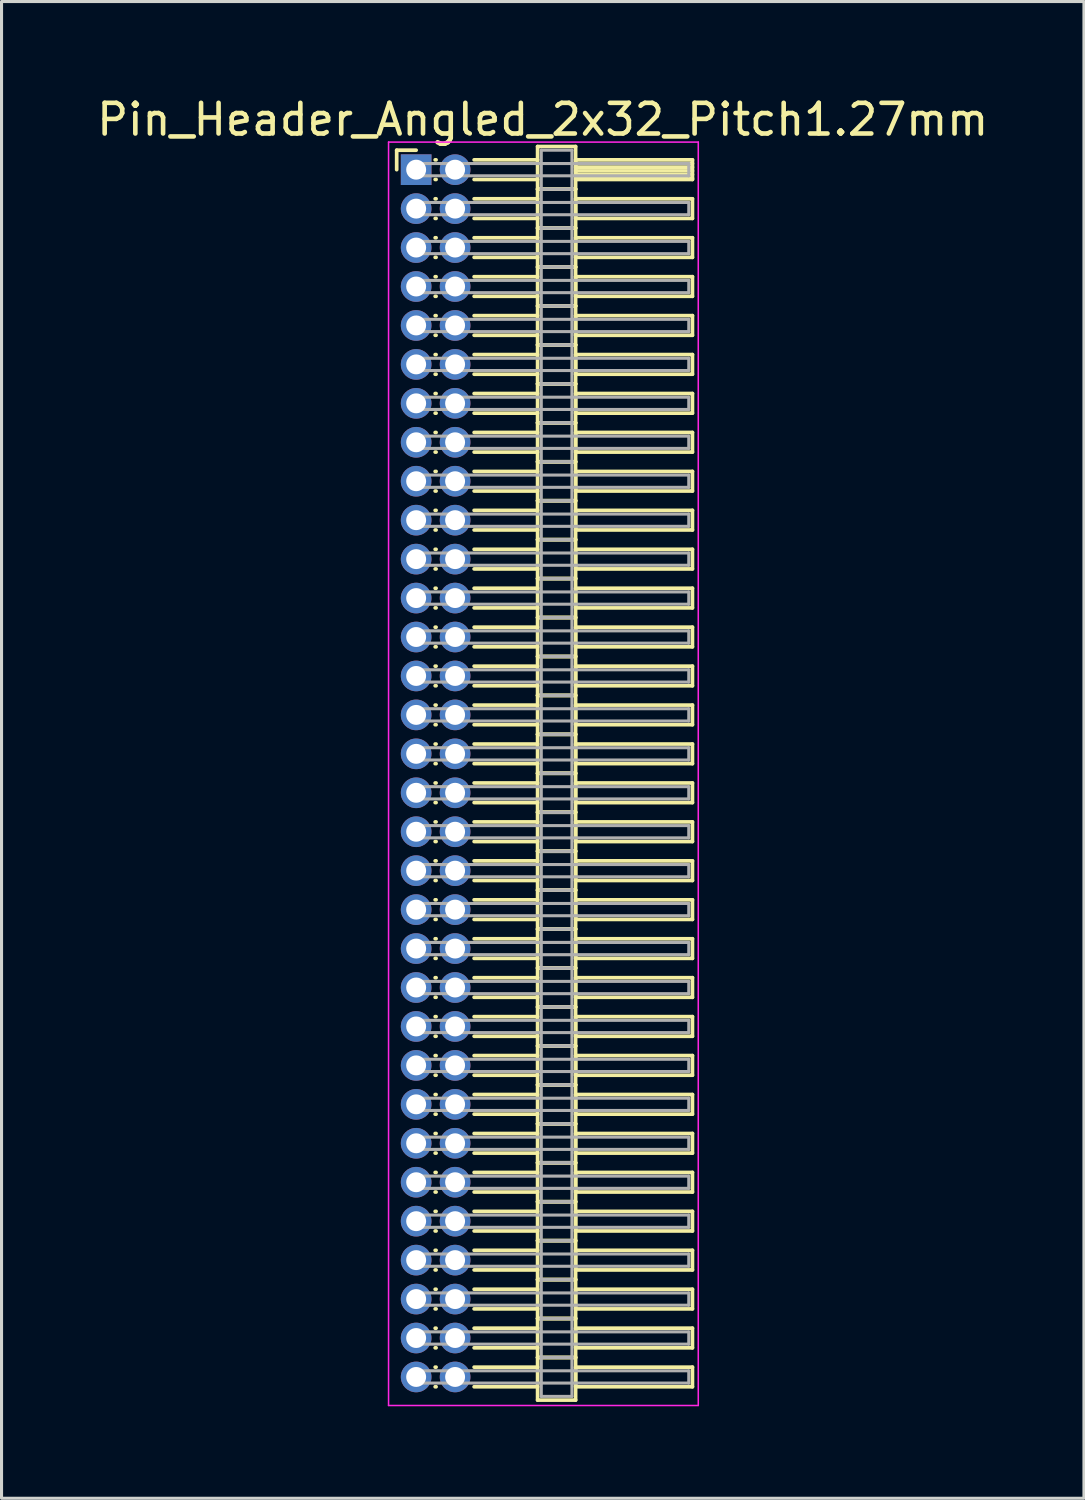
<source format=kicad_pcb>
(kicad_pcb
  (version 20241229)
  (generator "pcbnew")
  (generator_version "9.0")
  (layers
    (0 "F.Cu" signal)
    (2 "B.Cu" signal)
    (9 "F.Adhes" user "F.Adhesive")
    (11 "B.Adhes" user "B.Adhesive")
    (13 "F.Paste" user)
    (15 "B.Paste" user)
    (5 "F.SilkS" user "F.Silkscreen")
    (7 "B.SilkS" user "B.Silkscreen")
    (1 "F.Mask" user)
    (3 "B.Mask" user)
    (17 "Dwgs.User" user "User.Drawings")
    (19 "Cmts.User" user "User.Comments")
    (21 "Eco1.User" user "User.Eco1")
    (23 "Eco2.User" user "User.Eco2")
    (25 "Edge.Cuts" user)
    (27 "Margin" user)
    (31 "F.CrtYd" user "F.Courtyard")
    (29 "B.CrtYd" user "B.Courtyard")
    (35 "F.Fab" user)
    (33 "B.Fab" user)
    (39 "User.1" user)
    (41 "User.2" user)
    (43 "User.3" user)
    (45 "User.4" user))
  (footprint "Pin_Header_Angled_2x32_Pitch1.27mm"
    (layer "F.Cu")
    (at 10.521 2.483)
    (property "Reference" "Pin_Header_Angled_2x32_Pitch1.27mm" (at 4.128 -1.635 0) (layer "F.SilkS") (effects (font (size 1 1) (thickness 0.15))))
    (attr through_hole)
    (fp_line (start -0.635 -0.635) (end 0 -0.635) (stroke (width 0.12) (type solid)) (layer "F.SilkS"))
    (fp_line (start -0.635 0) (end -0.635 -0.635) (stroke (width 0.12) (type solid)) (layer "F.SilkS"))
    (fp_line (start 0.62 -0.32) (end 0.65 -0.32) (stroke (width 0.12) (type solid)) (layer "F.SilkS"))
    (fp_line (start 0.62 0.32) (end 0.65 0.32) (stroke (width 0.12) (type solid)) (layer "F.SilkS"))
    (fp_line (start 0.62 0.95) (end 0.65 0.95) (stroke (width 0.12) (type solid)) (layer "F.SilkS"))
    (fp_line (start 0.62 1.59) (end 0.65 1.59) (stroke (width 0.12) (type solid)) (layer "F.SilkS"))
    (fp_line (start 0.62 2.22) (end 0.65 2.22) (stroke (width 0.12) (type solid)) (layer "F.SilkS"))
    (fp_line (start 0.62 2.86) (end 0.65 2.86) (stroke (width 0.12) (type solid)) (layer "F.SilkS"))
    (fp_line (start 0.62 3.49) (end 0.65 3.49) (stroke (width 0.12) (type solid)) (layer "F.SilkS"))
    (fp_line (start 0.62 4.13) (end 0.65 4.13) (stroke (width 0.12) (type solid)) (layer "F.SilkS"))
    (fp_line (start 0.62 4.76) (end 0.65 4.76) (stroke (width 0.12) (type solid)) (layer "F.SilkS"))
    (fp_line (start 0.62 5.4) (end 0.65 5.4) (stroke (width 0.12) (type solid)) (layer "F.SilkS"))
    (fp_line (start 0.62 6.03) (end 0.65 6.03) (stroke (width 0.12) (type solid)) (layer "F.SilkS"))
    (fp_line (start 0.62 6.67) (end 0.65 6.67) (stroke (width 0.12) (type solid)) (layer "F.SilkS"))
    (fp_line (start 0.62 7.3) (end 0.65 7.3) (stroke (width 0.12) (type solid)) (layer "F.SilkS"))
    (fp_line (start 0.62 7.94) (end 0.65 7.94) (stroke (width 0.12) (type solid)) (layer "F.SilkS"))
    (fp_line (start 0.62 8.57) (end 0.65 8.57) (stroke (width 0.12) (type solid)) (layer "F.SilkS"))
    (fp_line (start 0.62 9.21) (end 0.65 9.21) (stroke (width 0.12) (type solid)) (layer "F.SilkS"))
    (fp_line (start 0.62 9.84) (end 0.65 9.84) (stroke (width 0.12) (type solid)) (layer "F.SilkS"))
    (fp_line (start 0.62 10.48) (end 0.65 10.48) (stroke (width 0.12) (type solid)) (layer "F.SilkS"))
    (fp_line (start 0.62 11.11) (end 0.65 11.11) (stroke (width 0.12) (type solid)) (layer "F.SilkS"))
    (fp_line (start 0.62 11.75) (end 0.65 11.75) (stroke (width 0.12) (type solid)) (layer "F.SilkS"))
    (fp_line (start 0.62 12.38) (end 0.65 12.38) (stroke (width 0.12) (type solid)) (layer "F.SilkS"))
    (fp_line (start 0.62 13.02) (end 0.65 13.02) (stroke (width 0.12) (type solid)) (layer "F.SilkS"))
    (fp_line (start 0.62 13.65) (end 0.65 13.65) (stroke (width 0.12) (type solid)) (layer "F.SilkS"))
    (fp_line (start 0.62 14.29) (end 0.65 14.29) (stroke (width 0.12) (type solid)) (layer "F.SilkS"))
    (fp_line (start 0.62 14.92) (end 0.65 14.92) (stroke (width 0.12) (type solid)) (layer "F.SilkS"))
    (fp_line (start 0.62 15.56) (end 0.65 15.56) (stroke (width 0.12) (type solid)) (layer "F.SilkS"))
    (fp_line (start 0.62 16.19) (end 0.65 16.19) (stroke (width 0.12) (type solid)) (layer "F.SilkS"))
    (fp_line (start 0.62 16.83) (end 0.65 16.83) (stroke (width 0.12) (type solid)) (layer "F.SilkS"))
    (fp_line (start 0.62 17.46) (end 0.65 17.46) (stroke (width 0.12) (type solid)) (layer "F.SilkS"))
    (fp_line (start 0.62 18.1) (end 0.65 18.1) (stroke (width 0.12) (type solid)) (layer "F.SilkS"))
    (fp_line (start 0.62 18.73) (end 0.65 18.73) (stroke (width 0.12) (type solid)) (layer "F.SilkS"))
    (fp_line (start 0.62 19.37) (end 0.65 19.37) (stroke (width 0.12) (type solid)) (layer "F.SilkS"))
    (fp_line (start 0.62 20) (end 0.65 20) (stroke (width 0.12) (type solid)) (layer "F.SilkS"))
    (fp_line (start 0.62 20.64) (end 0.65 20.64) (stroke (width 0.12) (type solid)) (layer "F.SilkS"))
    (fp_line (start 0.62 21.27) (end 0.65 21.27) (stroke (width 0.12) (type solid)) (layer "F.SilkS"))
    (fp_line (start 0.62 21.91) (end 0.65 21.91) (stroke (width 0.12) (type solid)) (layer "F.SilkS"))
    (fp_line (start 0.62 22.54) (end 0.65 22.54) (stroke (width 0.12) (type solid)) (layer "F.SilkS"))
    (fp_line (start 0.62 23.18) (end 0.65 23.18) (stroke (width 0.12) (type solid)) (layer "F.SilkS"))
    (fp_line (start 0.62 23.81) (end 0.65 23.81) (stroke (width 0.12) (type solid)) (layer "F.SilkS"))
    (fp_line (start 0.62 24.45) (end 0.65 24.45) (stroke (width 0.12) (type solid)) (layer "F.SilkS"))
    (fp_line (start 0.62 25.08) (end 0.65 25.08) (stroke (width 0.12) (type solid)) (layer "F.SilkS"))
    (fp_line (start 0.62 25.72) (end 0.65 25.72) (stroke (width 0.12) (type solid)) (layer "F.SilkS"))
    (fp_line (start 0.62 26.35) (end 0.65 26.35) (stroke (width 0.12) (type solid)) (layer "F.SilkS"))
    (fp_line (start 0.62 26.99) (end 0.65 26.99) (stroke (width 0.12) (type solid)) (layer "F.SilkS"))
    (fp_line (start 0.62 27.62) (end 0.65 27.62) (stroke (width 0.12) (type solid)) (layer "F.SilkS"))
    (fp_line (start 0.62 28.26) (end 0.65 28.26) (stroke (width 0.12) (type solid)) (layer "F.SilkS"))
    (fp_line (start 0.62 28.89) (end 0.65 28.89) (stroke (width 0.12) (type solid)) (layer "F.SilkS"))
    (fp_line (start 0.62 29.53) (end 0.65 29.53) (stroke (width 0.12) (type solid)) (layer "F.SilkS"))
    (fp_line (start 0.62 30.16) (end 0.65 30.16) (stroke (width 0.12) (type solid)) (layer "F.SilkS"))
    (fp_line (start 0.62 30.8) (end 0.65 30.8) (stroke (width 0.12) (type solid)) (layer "F.SilkS"))
    (fp_line (start 0.62 31.43) (end 0.65 31.43) (stroke (width 0.12) (type solid)) (layer "F.SilkS"))
    (fp_line (start 0.62 32.07) (end 0.65 32.07) (stroke (width 0.12) (type solid)) (layer "F.SilkS"))
    (fp_line (start 0.62 32.7) (end 0.65 32.7) (stroke (width 0.12) (type solid)) (layer "F.SilkS"))
    (fp_line (start 0.62 33.34) (end 0.65 33.34) (stroke (width 0.12) (type solid)) (layer "F.SilkS"))
    (fp_line (start 0.62 33.97) (end 0.65 33.97) (stroke (width 0.12) (type solid)) (layer "F.SilkS"))
    (fp_line (start 0.62 34.61) (end 0.65 34.61) (stroke (width 0.12) (type solid)) (layer "F.SilkS"))
    (fp_line (start 0.62 35.24) (end 0.65 35.24) (stroke (width 0.12) (type solid)) (layer "F.SilkS"))
    (fp_line (start 0.62 35.88) (end 0.65 35.88) (stroke (width 0.12) (type solid)) (layer "F.SilkS"))
    (fp_line (start 0.62 36.51) (end 0.65 36.51) (stroke (width 0.12) (type solid)) (layer "F.SilkS"))
    (fp_line (start 0.62 37.15) (end 0.65 37.15) (stroke (width 0.12) (type solid)) (layer "F.SilkS"))
    (fp_line (start 0.62 37.78) (end 0.65 37.78) (stroke (width 0.12) (type solid)) (layer "F.SilkS"))
    (fp_line (start 0.62 38.42) (end 0.65 38.42) (stroke (width 0.12) (type solid)) (layer "F.SilkS"))
    (fp_line (start 0.62 39.05) (end 0.65 39.05) (stroke (width 0.12) (type solid)) (layer "F.SilkS"))
    (fp_line (start 0.62 39.69) (end 0.65 39.69) (stroke (width 0.12) (type solid)) (layer "F.SilkS"))
    (fp_line (start 1.89 -0.32) (end 3.96 -0.32) (stroke (width 0.12) (type solid)) (layer "F.SilkS"))
    (fp_line (start 1.89 0.32) (end 3.96 0.32) (stroke (width 0.12) (type solid)) (layer "F.SilkS"))
    (fp_line (start 1.89 0.95) (end 3.96 0.95) (stroke (width 0.12) (type solid)) (layer "F.SilkS"))
    (fp_line (start 1.89 1.59) (end 3.96 1.59) (stroke (width 0.12) (type solid)) (layer "F.SilkS"))
    (fp_line (start 1.89 2.22) (end 3.96 2.22) (stroke (width 0.12) (type solid)) (layer "F.SilkS"))
    (fp_line (start 1.89 2.86) (end 3.96 2.86) (stroke (width 0.12) (type solid)) (layer "F.SilkS"))
    (fp_line (start 1.89 3.49) (end 3.96 3.49) (stroke (width 0.12) (type solid)) (layer "F.SilkS"))
    (fp_line (start 1.89 4.13) (end 3.96 4.13) (stroke (width 0.12) (type solid)) (layer "F.SilkS"))
    (fp_line (start 1.89 4.76) (end 3.96 4.76) (stroke (width 0.12) (type solid)) (layer "F.SilkS"))
    (fp_line (start 1.89 5.4) (end 3.96 5.4) (stroke (width 0.12) (type solid)) (layer "F.SilkS"))
    (fp_line (start 1.89 6.03) (end 3.96 6.03) (stroke (width 0.12) (type solid)) (layer "F.SilkS"))
    (fp_line (start 1.89 6.67) (end 3.96 6.67) (stroke (width 0.12) (type solid)) (layer "F.SilkS"))
    (fp_line (start 1.89 7.3) (end 3.96 7.3) (stroke (width 0.12) (type solid)) (layer "F.SilkS"))
    (fp_line (start 1.89 7.94) (end 3.96 7.94) (stroke (width 0.12) (type solid)) (layer "F.SilkS"))
    (fp_line (start 1.89 8.57) (end 3.96 8.57) (stroke (width 0.12) (type solid)) (layer "F.SilkS"))
    (fp_line (start 1.89 9.21) (end 3.96 9.21) (stroke (width 0.12) (type solid)) (layer "F.SilkS"))
    (fp_line (start 1.89 9.84) (end 3.96 9.84) (stroke (width 0.12) (type solid)) (layer "F.SilkS"))
    (fp_line (start 1.89 10.48) (end 3.96 10.48) (stroke (width 0.12) (type solid)) (layer "F.SilkS"))
    (fp_line (start 1.89 11.11) (end 3.96 11.11) (stroke (width 0.12) (type solid)) (layer "F.SilkS"))
    (fp_line (start 1.89 11.75) (end 3.96 11.75) (stroke (width 0.12) (type solid)) (layer "F.SilkS"))
    (fp_line (start 1.89 12.38) (end 3.96 12.38) (stroke (width 0.12) (type solid)) (layer "F.SilkS"))
    (fp_line (start 1.89 13.02) (end 3.96 13.02) (stroke (width 0.12) (type solid)) (layer "F.SilkS"))
    (fp_line (start 1.89 13.65) (end 3.96 13.65) (stroke (width 0.12) (type solid)) (layer "F.SilkS"))
    (fp_line (start 1.89 14.29) (end 3.96 14.29) (stroke (width 0.12) (type solid)) (layer "F.SilkS"))
    (fp_line (start 1.89 14.92) (end 3.96 14.92) (stroke (width 0.12) (type solid)) (layer "F.SilkS"))
    (fp_line (start 1.89 15.56) (end 3.96 15.56) (stroke (width 0.12) (type solid)) (layer "F.SilkS"))
    (fp_line (start 1.89 16.19) (end 3.96 16.19) (stroke (width 0.12) (type solid)) (layer "F.SilkS"))
    (fp_line (start 1.89 16.83) (end 3.96 16.83) (stroke (width 0.12) (type solid)) (layer "F.SilkS"))
    (fp_line (start 1.89 17.46) (end 3.96 17.46) (stroke (width 0.12) (type solid)) (layer "F.SilkS"))
    (fp_line (start 1.89 18.1) (end 3.96 18.1) (stroke (width 0.12) (type solid)) (layer "F.SilkS"))
    (fp_line (start 1.89 18.73) (end 3.96 18.73) (stroke (width 0.12) (type solid)) (layer "F.SilkS"))
    (fp_line (start 1.89 19.37) (end 3.96 19.37) (stroke (width 0.12) (type solid)) (layer "F.SilkS"))
    (fp_line (start 1.89 20) (end 3.96 20) (stroke (width 0.12) (type solid)) (layer "F.SilkS"))
    (fp_line (start 1.89 20.64) (end 3.96 20.64) (stroke (width 0.12) (type solid)) (layer "F.SilkS"))
    (fp_line (start 1.89 21.27) (end 3.96 21.27) (stroke (width 0.12) (type solid)) (layer "F.SilkS"))
    (fp_line (start 1.89 21.91) (end 3.96 21.91) (stroke (width 0.12) (type solid)) (layer "F.SilkS"))
    (fp_line (start 1.89 22.54) (end 3.96 22.54) (stroke (width 0.12) (type solid)) (layer "F.SilkS"))
    (fp_line (start 1.89 23.18) (end 3.96 23.18) (stroke (width 0.12) (type solid)) (layer "F.SilkS"))
    (fp_line (start 1.89 23.81) (end 3.96 23.81) (stroke (width 0.12) (type solid)) (layer "F.SilkS"))
    (fp_line (start 1.89 24.45) (end 3.96 24.45) (stroke (width 0.12) (type solid)) (layer "F.SilkS"))
    (fp_line (start 1.89 25.08) (end 3.96 25.08) (stroke (width 0.12) (type solid)) (layer "F.SilkS"))
    (fp_line (start 1.89 25.72) (end 3.96 25.72) (stroke (width 0.12) (type solid)) (layer "F.SilkS"))
    (fp_line (start 1.89 26.35) (end 3.96 26.35) (stroke (width 0.12) (type solid)) (layer "F.SilkS"))
    (fp_line (start 1.89 26.99) (end 3.96 26.99) (stroke (width 0.12) (type solid)) (layer "F.SilkS"))
    (fp_line (start 1.89 27.62) (end 3.96 27.62) (stroke (width 0.12) (type solid)) (layer "F.SilkS"))
    (fp_line (start 1.89 28.26) (end 3.96 28.26) (stroke (width 0.12) (type solid)) (layer "F.SilkS"))
    (fp_line (start 1.89 28.89) (end 3.96 28.89) (stroke (width 0.12) (type solid)) (layer "F.SilkS"))
    (fp_line (start 1.89 29.53) (end 3.96 29.53) (stroke (width 0.12) (type solid)) (layer "F.SilkS"))
    (fp_line (start 1.89 30.16) (end 3.96 30.16) (stroke (width 0.12) (type solid)) (layer "F.SilkS"))
    (fp_line (start 1.89 30.8) (end 3.96 30.8) (stroke (width 0.12) (type solid)) (layer "F.SilkS"))
    (fp_line (start 1.89 31.43) (end 3.96 31.43) (stroke (width 0.12) (type solid)) (layer "F.SilkS"))
    (fp_line (start 1.89 32.07) (end 3.96 32.07) (stroke (width 0.12) (type solid)) (layer "F.SilkS"))
    (fp_line (start 1.89 32.7) (end 3.96 32.7) (stroke (width 0.12) (type solid)) (layer "F.SilkS"))
    (fp_line (start 1.89 33.34) (end 3.96 33.34) (stroke (width 0.12) (type solid)) (layer "F.SilkS"))
    (fp_line (start 1.89 33.97) (end 3.96 33.97) (stroke (width 0.12) (type solid)) (layer "F.SilkS"))
    (fp_line (start 1.89 34.61) (end 3.96 34.61) (stroke (width 0.12) (type solid)) (layer "F.SilkS"))
    (fp_line (start 1.89 35.24) (end 3.96 35.24) (stroke (width 0.12) (type solid)) (layer "F.SilkS"))
    (fp_line (start 1.89 35.88) (end 3.96 35.88) (stroke (width 0.12) (type solid)) (layer "F.SilkS"))
    (fp_line (start 1.89 36.51) (end 3.96 36.51) (stroke (width 0.12) (type solid)) (layer "F.SilkS"))
    (fp_line (start 1.89 37.15) (end 3.96 37.15) (stroke (width 0.12) (type solid)) (layer "F.SilkS"))
    (fp_line (start 1.89 37.78) (end 3.96 37.78) (stroke (width 0.12) (type solid)) (layer "F.SilkS"))
    (fp_line (start 1.89 38.42) (end 3.96 38.42) (stroke (width 0.12) (type solid)) (layer "F.SilkS"))
    (fp_line (start 1.89 39.05) (end 3.96 39.05) (stroke (width 0.12) (type solid)) (layer "F.SilkS"))
    (fp_line (start 1.89 39.69) (end 3.96 39.69) (stroke (width 0.12) (type solid)) (layer "F.SilkS"))
    (fp_line (start 3.96 -0.755) (end 3.96 0.635) (stroke (width 0.12) (type solid)) (layer "F.SilkS"))
    (fp_line (start 3.96 0.635) (end 3.96 1.905) (stroke (width 0.12) (type solid)) (layer "F.SilkS"))
    (fp_line (start 3.96 0.635) (end 5.2 0.635) (stroke (width 0.12) (type solid)) (layer "F.SilkS"))
    (fp_line (start 3.96 1.905) (end 3.96 3.175) (stroke (width 0.12) (type solid)) (layer "F.SilkS"))
    (fp_line (start 3.96 1.905) (end 5.2 1.905) (stroke (width 0.12) (type solid)) (layer "F.SilkS"))
    (fp_line (start 3.96 3.175) (end 3.96 4.445) (stroke (width 0.12) (type solid)) (layer "F.SilkS"))
    (fp_line (start 3.96 3.175) (end 5.2 3.175) (stroke (width 0.12) (type solid)) (layer "F.SilkS"))
    (fp_line (start 3.96 4.445) (end 3.96 5.715) (stroke (width 0.12) (type solid)) (layer "F.SilkS"))
    (fp_line (start 3.96 4.445) (end 5.2 4.445) (stroke (width 0.12) (type solid)) (layer "F.SilkS"))
    (fp_line (start 3.96 5.715) (end 3.96 6.985) (stroke (width 0.12) (type solid)) (layer "F.SilkS"))
    (fp_line (start 3.96 5.715) (end 5.2 5.715) (stroke (width 0.12) (type solid)) (layer "F.SilkS"))
    (fp_line (start 3.96 6.985) (end 3.96 8.255) (stroke (width 0.12) (type solid)) (layer "F.SilkS"))
    (fp_line (start 3.96 6.985) (end 5.2 6.985) (stroke (width 0.12) (type solid)) (layer "F.SilkS"))
    (fp_line (start 3.96 8.255) (end 3.96 9.525) (stroke (width 0.12) (type solid)) (layer "F.SilkS"))
    (fp_line (start 3.96 8.255) (end 5.2 8.255) (stroke (width 0.12) (type solid)) (layer "F.SilkS"))
    (fp_line (start 3.96 9.525) (end 3.96 10.795) (stroke (width 0.12) (type solid)) (layer "F.SilkS"))
    (fp_line (start 3.96 9.525) (end 5.2 9.525) (stroke (width 0.12) (type solid)) (layer "F.SilkS"))
    (fp_line (start 3.96 10.795) (end 3.96 12.065) (stroke (width 0.12) (type solid)) (layer "F.SilkS"))
    (fp_line (start 3.96 10.795) (end 5.2 10.795) (stroke (width 0.12) (type solid)) (layer "F.SilkS"))
    (fp_line (start 3.96 12.065) (end 3.96 13.335) (stroke (width 0.12) (type solid)) (layer "F.SilkS"))
    (fp_line (start 3.96 12.065) (end 5.2 12.065) (stroke (width 0.12) (type solid)) (layer "F.SilkS"))
    (fp_line (start 3.96 13.335) (end 3.96 14.605) (stroke (width 0.12) (type solid)) (layer "F.SilkS"))
    (fp_line (start 3.96 13.335) (end 5.2 13.335) (stroke (width 0.12) (type solid)) (layer "F.SilkS"))
    (fp_line (start 3.96 14.605) (end 3.96 15.875) (stroke (width 0.12) (type solid)) (layer "F.SilkS"))
    (fp_line (start 3.96 14.605) (end 5.2 14.605) (stroke (width 0.12) (type solid)) (layer "F.SilkS"))
    (fp_line (start 3.96 15.875) (end 3.96 17.145) (stroke (width 0.12) (type solid)) (layer "F.SilkS"))
    (fp_line (start 3.96 15.875) (end 5.2 15.875) (stroke (width 0.12) (type solid)) (layer "F.SilkS"))
    (fp_line (start 3.96 17.145) (end 3.96 18.415) (stroke (width 0.12) (type solid)) (layer "F.SilkS"))
    (fp_line (start 3.96 17.145) (end 5.2 17.145) (stroke (width 0.12) (type solid)) (layer "F.SilkS"))
    (fp_line (start 3.96 18.415) (end 3.96 19.685) (stroke (width 0.12) (type solid)) (layer "F.SilkS"))
    (fp_line (start 3.96 18.415) (end 5.2 18.415) (stroke (width 0.12) (type solid)) (layer "F.SilkS"))
    (fp_line (start 3.96 19.685) (end 3.96 20.955) (stroke (width 0.12) (type solid)) (layer "F.SilkS"))
    (fp_line (start 3.96 19.685) (end 5.2 19.685) (stroke (width 0.12) (type solid)) (layer "F.SilkS"))
    (fp_line (start 3.96 20.955) (end 3.96 22.225) (stroke (width 0.12) (type solid)) (layer "F.SilkS"))
    (fp_line (start 3.96 20.955) (end 5.2 20.955) (stroke (width 0.12) (type solid)) (layer "F.SilkS"))
    (fp_line (start 3.96 22.225) (end 3.96 23.495) (stroke (width 0.12) (type solid)) (layer "F.SilkS"))
    (fp_line (start 3.96 22.225) (end 5.2 22.225) (stroke (width 0.12) (type solid)) (layer "F.SilkS"))
    (fp_line (start 3.96 23.495) (end 3.96 24.765) (stroke (width 0.12) (type solid)) (layer "F.SilkS"))
    (fp_line (start 3.96 23.495) (end 5.2 23.495) (stroke (width 0.12) (type solid)) (layer "F.SilkS"))
    (fp_line (start 3.96 24.765) (end 3.96 26.035) (stroke (width 0.12) (type solid)) (layer "F.SilkS"))
    (fp_line (start 3.96 24.765) (end 5.2 24.765) (stroke (width 0.12) (type solid)) (layer "F.SilkS"))
    (fp_line (start 3.96 26.035) (end 3.96 27.305) (stroke (width 0.12) (type solid)) (layer "F.SilkS"))
    (fp_line (start 3.96 26.035) (end 5.2 26.035) (stroke (width 0.12) (type solid)) (layer "F.SilkS"))
    (fp_line (start 3.96 27.305) (end 3.96 28.575) (stroke (width 0.12) (type solid)) (layer "F.SilkS"))
    (fp_line (start 3.96 27.305) (end 5.2 27.305) (stroke (width 0.12) (type solid)) (layer "F.SilkS"))
    (fp_line (start 3.96 28.575) (end 3.96 29.845) (stroke (width 0.12) (type solid)) (layer "F.SilkS"))
    (fp_line (start 3.96 28.575) (end 5.2 28.575) (stroke (width 0.12) (type solid)) (layer "F.SilkS"))
    (fp_line (start 3.96 29.845) (end 3.96 31.115) (stroke (width 0.12) (type solid)) (layer "F.SilkS"))
    (fp_line (start 3.96 29.845) (end 5.2 29.845) (stroke (width 0.12) (type solid)) (layer "F.SilkS"))
    (fp_line (start 3.96 31.115) (end 3.96 32.385) (stroke (width 0.12) (type solid)) (layer "F.SilkS"))
    (fp_line (start 3.96 31.115) (end 5.2 31.115) (stroke (width 0.12) (type solid)) (layer "F.SilkS"))
    (fp_line (start 3.96 32.385) (end 3.96 33.655) (stroke (width 0.12) (type solid)) (layer "F.SilkS"))
    (fp_line (start 3.96 32.385) (end 5.2 32.385) (stroke (width 0.12) (type solid)) (layer "F.SilkS"))
    (fp_line (start 3.96 33.655) (end 3.96 34.925) (stroke (width 0.12) (type solid)) (layer "F.SilkS"))
    (fp_line (start 3.96 33.655) (end 5.2 33.655) (stroke (width 0.12) (type solid)) (layer "F.SilkS"))
    (fp_line (start 3.96 34.925) (end 3.96 36.195) (stroke (width 0.12) (type solid)) (layer "F.SilkS"))
    (fp_line (start 3.96 34.925) (end 5.2 34.925) (stroke (width 0.12) (type solid)) (layer "F.SilkS"))
    (fp_line (start 3.96 36.195) (end 3.96 37.465) (stroke (width 0.12) (type solid)) (layer "F.SilkS"))
    (fp_line (start 3.96 36.195) (end 5.2 36.195) (stroke (width 0.12) (type solid)) (layer "F.SilkS"))
    (fp_line (start 3.96 37.465) (end 3.96 38.735) (stroke (width 0.12) (type solid)) (layer "F.SilkS"))
    (fp_line (start 3.96 37.465) (end 5.2 37.465) (stroke (width 0.12) (type solid)) (layer "F.SilkS"))
    (fp_line (start 3.96 38.735) (end 3.96 40.125) (stroke (width 0.12) (type solid)) (layer "F.SilkS"))
    (fp_line (start 3.96 38.735) (end 5.2 38.735) (stroke (width 0.12) (type solid)) (layer "F.SilkS"))
    (fp_line (start 3.96 40.125) (end 5.2 40.125) (stroke (width 0.12) (type solid)) (layer "F.SilkS"))
    (fp_line (start 5.2 -0.755) (end 3.96 -0.755) (stroke (width 0.12) (type solid)) (layer "F.SilkS"))
    (fp_line (start 5.2 -0.32) (end 5.2 0.32) (stroke (width 0.12) (type solid)) (layer "F.SilkS"))
    (fp_line (start 5.2 -0.2) (end 9.01 -0.2) (stroke (width 0.12) (type solid)) (layer "F.SilkS"))
    (fp_line (start 5.2 -0.08) (end 9.01 -0.08) (stroke (width 0.12) (type solid)) (layer "F.SilkS"))
    (fp_line (start 5.2 0.04) (end 9.01 0.04) (stroke (width 0.12) (type solid)) (layer "F.SilkS"))
    (fp_line (start 5.2 0.16) (end 9.01 0.16) (stroke (width 0.12) (type solid)) (layer "F.SilkS"))
    (fp_line (start 5.2 0.28) (end 9.01 0.28) (stroke (width 0.12) (type solid)) (layer "F.SilkS"))
    (fp_line (start 5.2 0.32) (end 9.01 0.32) (stroke (width 0.12) (type solid)) (layer "F.SilkS"))
    (fp_line (start 5.2 0.635) (end 3.96 0.635) (stroke (width 0.12) (type solid)) (layer "F.SilkS"))
    (fp_line (start 5.2 0.635) (end 5.2 -0.755) (stroke (width 0.12) (type solid)) (layer "F.SilkS"))
    (fp_line (start 5.2 0.95) (end 5.2 1.59) (stroke (width 0.12) (type solid)) (layer "F.SilkS"))
    (fp_line (start 5.2 1.59) (end 9.01 1.59) (stroke (width 0.12) (type solid)) (layer "F.SilkS"))
    (fp_line (start 5.2 1.905) (end 3.96 1.905) (stroke (width 0.12) (type solid)) (layer "F.SilkS"))
    (fp_line (start 5.2 1.905) (end 5.2 0.635) (stroke (width 0.12) (type solid)) (layer "F.SilkS"))
    (fp_line (start 5.2 2.22) (end 5.2 2.86) (stroke (width 0.12) (type solid)) (layer "F.SilkS"))
    (fp_line (start 5.2 2.86) (end 9.01 2.86) (stroke (width 0.12) (type solid)) (layer "F.SilkS"))
    (fp_line (start 5.2 3.175) (end 3.96 3.175) (stroke (width 0.12) (type solid)) (layer "F.SilkS"))
    (fp_line (start 5.2 3.175) (end 5.2 1.905) (stroke (width 0.12) (type solid)) (layer "F.SilkS"))
    (fp_line (start 5.2 3.49) (end 5.2 4.13) (stroke (width 0.12) (type solid)) (layer "F.SilkS"))
    (fp_line (start 5.2 4.13) (end 9.01 4.13) (stroke (width 0.12) (type solid)) (layer "F.SilkS"))
    (fp_line (start 5.2 4.445) (end 3.96 4.445) (stroke (width 0.12) (type solid)) (layer "F.SilkS"))
    (fp_line (start 5.2 4.445) (end 5.2 3.175) (stroke (width 0.12) (type solid)) (layer "F.SilkS"))
    (fp_line (start 5.2 4.76) (end 5.2 5.4) (stroke (width 0.12) (type solid)) (layer "F.SilkS"))
    (fp_line (start 5.2 5.4) (end 9.01 5.4) (stroke (width 0.12) (type solid)) (layer "F.SilkS"))
    (fp_line (start 5.2 5.715) (end 3.96 5.715) (stroke (width 0.12) (type solid)) (layer "F.SilkS"))
    (fp_line (start 5.2 5.715) (end 5.2 4.445) (stroke (width 0.12) (type solid)) (layer "F.SilkS"))
    (fp_line (start 5.2 6.03) (end 5.2 6.67) (stroke (width 0.12) (type solid)) (layer "F.SilkS"))
    (fp_line (start 5.2 6.67) (end 9.01 6.67) (stroke (width 0.12) (type solid)) (layer "F.SilkS"))
    (fp_line (start 5.2 6.985) (end 3.96 6.985) (stroke (width 0.12) (type solid)) (layer "F.SilkS"))
    (fp_line (start 5.2 6.985) (end 5.2 5.715) (stroke (width 0.12) (type solid)) (layer "F.SilkS"))
    (fp_line (start 5.2 7.3) (end 5.2 7.94) (stroke (width 0.12) (type solid)) (layer "F.SilkS"))
    (fp_line (start 5.2 7.94) (end 9.01 7.94) (stroke (width 0.12) (type solid)) (layer "F.SilkS"))
    (fp_line (start 5.2 8.255) (end 3.96 8.255) (stroke (width 0.12) (type solid)) (layer "F.SilkS"))
    (fp_line (start 5.2 8.255) (end 5.2 6.985) (stroke (width 0.12) (type solid)) (layer "F.SilkS"))
    (fp_line (start 5.2 8.57) (end 5.2 9.21) (stroke (width 0.12) (type solid)) (layer "F.SilkS"))
    (fp_line (start 5.2 9.21) (end 9.01 9.21) (stroke (width 0.12) (type solid)) (layer "F.SilkS"))
    (fp_line (start 5.2 9.525) (end 3.96 9.525) (stroke (width 0.12) (type solid)) (layer "F.SilkS"))
    (fp_line (start 5.2 9.525) (end 5.2 8.255) (stroke (width 0.12) (type solid)) (layer "F.SilkS"))
    (fp_line (start 5.2 9.84) (end 5.2 10.48) (stroke (width 0.12) (type solid)) (layer "F.SilkS"))
    (fp_line (start 5.2 10.48) (end 9.01 10.48) (stroke (width 0.12) (type solid)) (layer "F.SilkS"))
    (fp_line (start 5.2 10.795) (end 3.96 10.795) (stroke (width 0.12) (type solid)) (layer "F.SilkS"))
    (fp_line (start 5.2 10.795) (end 5.2 9.525) (stroke (width 0.12) (type solid)) (layer "F.SilkS"))
    (fp_line (start 5.2 11.11) (end 5.2 11.75) (stroke (width 0.12) (type solid)) (layer "F.SilkS"))
    (fp_line (start 5.2 11.75) (end 9.01 11.75) (stroke (width 0.12) (type solid)) (layer "F.SilkS"))
    (fp_line (start 5.2 12.065) (end 3.96 12.065) (stroke (width 0.12) (type solid)) (layer "F.SilkS"))
    (fp_line (start 5.2 12.065) (end 5.2 10.795) (stroke (width 0.12) (type solid)) (layer "F.SilkS"))
    (fp_line (start 5.2 12.38) (end 5.2 13.02) (stroke (width 0.12) (type solid)) (layer "F.SilkS"))
    (fp_line (start 5.2 13.02) (end 9.01 13.02) (stroke (width 0.12) (type solid)) (layer "F.SilkS"))
    (fp_line (start 5.2 13.335) (end 3.96 13.335) (stroke (width 0.12) (type solid)) (layer "F.SilkS"))
    (fp_line (start 5.2 13.335) (end 5.2 12.065) (stroke (width 0.12) (type solid)) (layer "F.SilkS"))
    (fp_line (start 5.2 13.65) (end 5.2 14.29) (stroke (width 0.12) (type solid)) (layer "F.SilkS"))
    (fp_line (start 5.2 14.29) (end 9.01 14.29) (stroke (width 0.12) (type solid)) (layer "F.SilkS"))
    (fp_line (start 5.2 14.605) (end 3.96 14.605) (stroke (width 0.12) (type solid)) (layer "F.SilkS"))
    (fp_line (start 5.2 14.605) (end 5.2 13.335) (stroke (width 0.12) (type solid)) (layer "F.SilkS"))
    (fp_line (start 5.2 14.92) (end 5.2 15.56) (stroke (width 0.12) (type solid)) (layer "F.SilkS"))
    (fp_line (start 5.2 15.56) (end 9.01 15.56) (stroke (width 0.12) (type solid)) (layer "F.SilkS"))
    (fp_line (start 5.2 15.875) (end 3.96 15.875) (stroke (width 0.12) (type solid)) (layer "F.SilkS"))
    (fp_line (start 5.2 15.875) (end 5.2 14.605) (stroke (width 0.12) (type solid)) (layer "F.SilkS"))
    (fp_line (start 5.2 16.19) (end 5.2 16.83) (stroke (width 0.12) (type solid)) (layer "F.SilkS"))
    (fp_line (start 5.2 16.83) (end 9.01 16.83) (stroke (width 0.12) (type solid)) (layer "F.SilkS"))
    (fp_line (start 5.2 17.145) (end 3.96 17.145) (stroke (width 0.12) (type solid)) (layer "F.SilkS"))
    (fp_line (start 5.2 17.145) (end 5.2 15.875) (stroke (width 0.12) (type solid)) (layer "F.SilkS"))
    (fp_line (start 5.2 17.46) (end 5.2 18.1) (stroke (width 0.12) (type solid)) (layer "F.SilkS"))
    (fp_line (start 5.2 18.1) (end 9.01 18.1) (stroke (width 0.12) (type solid)) (layer "F.SilkS"))
    (fp_line (start 5.2 18.415) (end 3.96 18.415) (stroke (width 0.12) (type solid)) (layer "F.SilkS"))
    (fp_line (start 5.2 18.415) (end 5.2 17.145) (stroke (width 0.12) (type solid)) (layer "F.SilkS"))
    (fp_line (start 5.2 18.73) (end 5.2 19.37) (stroke (width 0.12) (type solid)) (layer "F.SilkS"))
    (fp_line (start 5.2 19.37) (end 9.01 19.37) (stroke (width 0.12) (type solid)) (layer "F.SilkS"))
    (fp_line (start 5.2 19.685) (end 3.96 19.685) (stroke (width 0.12) (type solid)) (layer "F.SilkS"))
    (fp_line (start 5.2 19.685) (end 5.2 18.415) (stroke (width 0.12) (type solid)) (layer "F.SilkS"))
    (fp_line (start 5.2 20) (end 5.2 20.64) (stroke (width 0.12) (type solid)) (layer "F.SilkS"))
    (fp_line (start 5.2 20.64) (end 9.01 20.64) (stroke (width 0.12) (type solid)) (layer "F.SilkS"))
    (fp_line (start 5.2 20.955) (end 3.96 20.955) (stroke (width 0.12) (type solid)) (layer "F.SilkS"))
    (fp_line (start 5.2 20.955) (end 5.2 19.685) (stroke (width 0.12) (type solid)) (layer "F.SilkS"))
    (fp_line (start 5.2 21.27) (end 5.2 21.91) (stroke (width 0.12) (type solid)) (layer "F.SilkS"))
    (fp_line (start 5.2 21.91) (end 9.01 21.91) (stroke (width 0.12) (type solid)) (layer "F.SilkS"))
    (fp_line (start 5.2 22.225) (end 3.96 22.225) (stroke (width 0.12) (type solid)) (layer "F.SilkS"))
    (fp_line (start 5.2 22.225) (end 5.2 20.955) (stroke (width 0.12) (type solid)) (layer "F.SilkS"))
    (fp_line (start 5.2 22.54) (end 5.2 23.18) (stroke (width 0.12) (type solid)) (layer "F.SilkS"))
    (fp_line (start 5.2 23.18) (end 9.01 23.18) (stroke (width 0.12) (type solid)) (layer "F.SilkS"))
    (fp_line (start 5.2 23.495) (end 3.96 23.495) (stroke (width 0.12) (type solid)) (layer "F.SilkS"))
    (fp_line (start 5.2 23.495) (end 5.2 22.225) (stroke (width 0.12) (type solid)) (layer "F.SilkS"))
    (fp_line (start 5.2 23.81) (end 5.2 24.45) (stroke (width 0.12) (type solid)) (layer "F.SilkS"))
    (fp_line (start 5.2 24.45) (end 9.01 24.45) (stroke (width 0.12) (type solid)) (layer "F.SilkS"))
    (fp_line (start 5.2 24.765) (end 3.96 24.765) (stroke (width 0.12) (type solid)) (layer "F.SilkS"))
    (fp_line (start 5.2 24.765) (end 5.2 23.495) (stroke (width 0.12) (type solid)) (layer "F.SilkS"))
    (fp_line (start 5.2 25.08) (end 5.2 25.72) (stroke (width 0.12) (type solid)) (layer "F.SilkS"))
    (fp_line (start 5.2 25.72) (end 9.01 25.72) (stroke (width 0.12) (type solid)) (layer "F.SilkS"))
    (fp_line (start 5.2 26.035) (end 3.96 26.035) (stroke (width 0.12) (type solid)) (layer "F.SilkS"))
    (fp_line (start 5.2 26.035) (end 5.2 24.765) (stroke (width 0.12) (type solid)) (layer "F.SilkS"))
    (fp_line (start 5.2 26.35) (end 5.2 26.99) (stroke (width 0.12) (type solid)) (layer "F.SilkS"))
    (fp_line (start 5.2 26.99) (end 9.01 26.99) (stroke (width 0.12) (type solid)) (layer "F.SilkS"))
    (fp_line (start 5.2 27.305) (end 3.96 27.305) (stroke (width 0.12) (type solid)) (layer "F.SilkS"))
    (fp_line (start 5.2 27.305) (end 5.2 26.035) (stroke (width 0.12) (type solid)) (layer "F.SilkS"))
    (fp_line (start 5.2 27.62) (end 5.2 28.26) (stroke (width 0.12) (type solid)) (layer "F.SilkS"))
    (fp_line (start 5.2 28.26) (end 9.01 28.26) (stroke (width 0.12) (type solid)) (layer "F.SilkS"))
    (fp_line (start 5.2 28.575) (end 3.96 28.575) (stroke (width 0.12) (type solid)) (layer "F.SilkS"))
    (fp_line (start 5.2 28.575) (end 5.2 27.305) (stroke (width 0.12) (type solid)) (layer "F.SilkS"))
    (fp_line (start 5.2 28.89) (end 5.2 29.53) (stroke (width 0.12) (type solid)) (layer "F.SilkS"))
    (fp_line (start 5.2 29.53) (end 9.01 29.53) (stroke (width 0.12) (type solid)) (layer "F.SilkS"))
    (fp_line (start 5.2 29.845) (end 3.96 29.845) (stroke (width 0.12) (type solid)) (layer "F.SilkS"))
    (fp_line (start 5.2 29.845) (end 5.2 28.575) (stroke (width 0.12) (type solid)) (layer "F.SilkS"))
    (fp_line (start 5.2 30.16) (end 5.2 30.8) (stroke (width 0.12) (type solid)) (layer "F.SilkS"))
    (fp_line (start 5.2 30.8) (end 9.01 30.8) (stroke (width 0.12) (type solid)) (layer "F.SilkS"))
    (fp_line (start 5.2 31.115) (end 3.96 31.115) (stroke (width 0.12) (type solid)) (layer "F.SilkS"))
    (fp_line (start 5.2 31.115) (end 5.2 29.845) (stroke (width 0.12) (type solid)) (layer "F.SilkS"))
    (fp_line (start 5.2 31.43) (end 5.2 32.07) (stroke (width 0.12) (type solid)) (layer "F.SilkS"))
    (fp_line (start 5.2 32.07) (end 9.01 32.07) (stroke (width 0.12) (type solid)) (layer "F.SilkS"))
    (fp_line (start 5.2 32.385) (end 3.96 32.385) (stroke (width 0.12) (type solid)) (layer "F.SilkS"))
    (fp_line (start 5.2 32.385) (end 5.2 31.115) (stroke (width 0.12) (type solid)) (layer "F.SilkS"))
    (fp_line (start 5.2 32.7) (end 5.2 33.34) (stroke (width 0.12) (type solid)) (layer "F.SilkS"))
    (fp_line (start 5.2 33.34) (end 9.01 33.34) (stroke (width 0.12) (type solid)) (layer "F.SilkS"))
    (fp_line (start 5.2 33.655) (end 3.96 33.655) (stroke (width 0.12) (type solid)) (layer "F.SilkS"))
    (fp_line (start 5.2 33.655) (end 5.2 32.385) (stroke (width 0.12) (type solid)) (layer "F.SilkS"))
    (fp_line (start 5.2 33.97) (end 5.2 34.61) (stroke (width 0.12) (type solid)) (layer "F.SilkS"))
    (fp_line (start 5.2 34.61) (end 9.01 34.61) (stroke (width 0.12) (type solid)) (layer "F.SilkS"))
    (fp_line (start 5.2 34.925) (end 3.96 34.925) (stroke (width 0.12) (type solid)) (layer "F.SilkS"))
    (fp_line (start 5.2 34.925) (end 5.2 33.655) (stroke (width 0.12) (type solid)) (layer "F.SilkS"))
    (fp_line (start 5.2 35.24) (end 5.2 35.88) (stroke (width 0.12) (type solid)) (layer "F.SilkS"))
    (fp_line (start 5.2 35.88) (end 9.01 35.88) (stroke (width 0.12) (type solid)) (layer "F.SilkS"))
    (fp_line (start 5.2 36.195) (end 3.96 36.195) (stroke (width 0.12) (type solid)) (layer "F.SilkS"))
    (fp_line (start 5.2 36.195) (end 5.2 34.925) (stroke (width 0.12) (type solid)) (layer "F.SilkS"))
    (fp_line (start 5.2 36.51) (end 5.2 37.15) (stroke (width 0.12) (type solid)) (layer "F.SilkS"))
    (fp_line (start 5.2 37.15) (end 9.01 37.15) (stroke (width 0.12) (type solid)) (layer "F.SilkS"))
    (fp_line (start 5.2 37.465) (end 3.96 37.465) (stroke (width 0.12) (type solid)) (layer "F.SilkS"))
    (fp_line (start 5.2 37.465) (end 5.2 36.195) (stroke (width 0.12) (type solid)) (layer "F.SilkS"))
    (fp_line (start 5.2 37.78) (end 5.2 38.42) (stroke (width 0.12) (type solid)) (layer "F.SilkS"))
    (fp_line (start 5.2 38.42) (end 9.01 38.42) (stroke (width 0.12) (type solid)) (layer "F.SilkS"))
    (fp_line (start 5.2 38.735) (end 3.96 38.735) (stroke (width 0.12) (type solid)) (layer "F.SilkS"))
    (fp_line (start 5.2 38.735) (end 5.2 37.465) (stroke (width 0.12) (type solid)) (layer "F.SilkS"))
    (fp_line (start 5.2 39.05) (end 5.2 39.69) (stroke (width 0.12) (type solid)) (layer "F.SilkS"))
    (fp_line (start 5.2 39.69) (end 9.01 39.69) (stroke (width 0.12) (type solid)) (layer "F.SilkS"))
    (fp_line (start 5.2 40.125) (end 5.2 38.735) (stroke (width 0.12) (type solid)) (layer "F.SilkS"))
    (fp_line (start 9.01 -0.32) (end 5.2 -0.32) (stroke (width 0.12) (type solid)) (layer "F.SilkS"))
    (fp_line (start 9.01 0.32) (end 9.01 -0.32) (stroke (width 0.12) (type solid)) (layer "F.SilkS"))
    (fp_line (start 9.01 0.95) (end 5.2 0.95) (stroke (width 0.12) (type solid)) (layer "F.SilkS"))
    (fp_line (start 9.01 1.59) (end 9.01 0.95) (stroke (width 0.12) (type solid)) (layer "F.SilkS"))
    (fp_line (start 9.01 2.22) (end 5.2 2.22) (stroke (width 0.12) (type solid)) (layer "F.SilkS"))
    (fp_line (start 9.01 2.86) (end 9.01 2.22) (stroke (width 0.12) (type solid)) (layer "F.SilkS"))
    (fp_line (start 9.01 3.49) (end 5.2 3.49) (stroke (width 0.12) (type solid)) (layer "F.SilkS"))
    (fp_line (start 9.01 4.13) (end 9.01 3.49) (stroke (width 0.12) (type solid)) (layer "F.SilkS"))
    (fp_line (start 9.01 4.76) (end 5.2 4.76) (stroke (width 0.12) (type solid)) (layer "F.SilkS"))
    (fp_line (start 9.01 5.4) (end 9.01 4.76) (stroke (width 0.12) (type solid)) (layer "F.SilkS"))
    (fp_line (start 9.01 6.03) (end 5.2 6.03) (stroke (width 0.12) (type solid)) (layer "F.SilkS"))
    (fp_line (start 9.01 6.67) (end 9.01 6.03) (stroke (width 0.12) (type solid)) (layer "F.SilkS"))
    (fp_line (start 9.01 7.3) (end 5.2 7.3) (stroke (width 0.12) (type solid)) (layer "F.SilkS"))
    (fp_line (start 9.01 7.94) (end 9.01 7.3) (stroke (width 0.12) (type solid)) (layer "F.SilkS"))
    (fp_line (start 9.01 8.57) (end 5.2 8.57) (stroke (width 0.12) (type solid)) (layer "F.SilkS"))
    (fp_line (start 9.01 9.21) (end 9.01 8.57) (stroke (width 0.12) (type solid)) (layer "F.SilkS"))
    (fp_line (start 9.01 9.84) (end 5.2 9.84) (stroke (width 0.12) (type solid)) (layer "F.SilkS"))
    (fp_line (start 9.01 10.48) (end 9.01 9.84) (stroke (width 0.12) (type solid)) (layer "F.SilkS"))
    (fp_line (start 9.01 11.11) (end 5.2 11.11) (stroke (width 0.12) (type solid)) (layer "F.SilkS"))
    (fp_line (start 9.01 11.75) (end 9.01 11.11) (stroke (width 0.12) (type solid)) (layer "F.SilkS"))
    (fp_line (start 9.01 12.38) (end 5.2 12.38) (stroke (width 0.12) (type solid)) (layer "F.SilkS"))
    (fp_line (start 9.01 13.02) (end 9.01 12.38) (stroke (width 0.12) (type solid)) (layer "F.SilkS"))
    (fp_line (start 9.01 13.65) (end 5.2 13.65) (stroke (width 0.12) (type solid)) (layer "F.SilkS"))
    (fp_line (start 9.01 14.29) (end 9.01 13.65) (stroke (width 0.12) (type solid)) (layer "F.SilkS"))
    (fp_line (start 9.01 14.92) (end 5.2 14.92) (stroke (width 0.12) (type solid)) (layer "F.SilkS"))
    (fp_line (start 9.01 15.56) (end 9.01 14.92) (stroke (width 0.12) (type solid)) (layer "F.SilkS"))
    (fp_line (start 9.01 16.19) (end 5.2 16.19) (stroke (width 0.12) (type solid)) (layer "F.SilkS"))
    (fp_line (start 9.01 16.83) (end 9.01 16.19) (stroke (width 0.12) (type solid)) (layer "F.SilkS"))
    (fp_line (start 9.01 17.46) (end 5.2 17.46) (stroke (width 0.12) (type solid)) (layer "F.SilkS"))
    (fp_line (start 9.01 18.1) (end 9.01 17.46) (stroke (width 0.12) (type solid)) (layer "F.SilkS"))
    (fp_line (start 9.01 18.73) (end 5.2 18.73) (stroke (width 0.12) (type solid)) (layer "F.SilkS"))
    (fp_line (start 9.01 19.37) (end 9.01 18.73) (stroke (width 0.12) (type solid)) (layer "F.SilkS"))
    (fp_line (start 9.01 20) (end 5.2 20) (stroke (width 0.12) (type solid)) (layer "F.SilkS"))
    (fp_line (start 9.01 20.64) (end 9.01 20) (stroke (width 0.12) (type solid)) (layer "F.SilkS"))
    (fp_line (start 9.01 21.27) (end 5.2 21.27) (stroke (width 0.12) (type solid)) (layer "F.SilkS"))
    (fp_line (start 9.01 21.91) (end 9.01 21.27) (stroke (width 0.12) (type solid)) (layer "F.SilkS"))
    (fp_line (start 9.01 22.54) (end 5.2 22.54) (stroke (width 0.12) (type solid)) (layer "F.SilkS"))
    (fp_line (start 9.01 23.18) (end 9.01 22.54) (stroke (width 0.12) (type solid)) (layer "F.SilkS"))
    (fp_line (start 9.01 23.81) (end 5.2 23.81) (stroke (width 0.12) (type solid)) (layer "F.SilkS"))
    (fp_line (start 9.01 24.45) (end 9.01 23.81) (stroke (width 0.12) (type solid)) (layer "F.SilkS"))
    (fp_line (start 9.01 25.08) (end 5.2 25.08) (stroke (width 0.12) (type solid)) (layer "F.SilkS"))
    (fp_line (start 9.01 25.72) (end 9.01 25.08) (stroke (width 0.12) (type solid)) (layer "F.SilkS"))
    (fp_line (start 9.01 26.35) (end 5.2 26.35) (stroke (width 0.12) (type solid)) (layer "F.SilkS"))
    (fp_line (start 9.01 26.99) (end 9.01 26.35) (stroke (width 0.12) (type solid)) (layer "F.SilkS"))
    (fp_line (start 9.01 27.62) (end 5.2 27.62) (stroke (width 0.12) (type solid)) (layer "F.SilkS"))
    (fp_line (start 9.01 28.26) (end 9.01 27.62) (stroke (width 0.12) (type solid)) (layer "F.SilkS"))
    (fp_line (start 9.01 28.89) (end 5.2 28.89) (stroke (width 0.12) (type solid)) (layer "F.SilkS"))
    (fp_line (start 9.01 29.53) (end 9.01 28.89) (stroke (width 0.12) (type solid)) (layer "F.SilkS"))
    (fp_line (start 9.01 30.16) (end 5.2 30.16) (stroke (width 0.12) (type solid)) (layer "F.SilkS"))
    (fp_line (start 9.01 30.8) (end 9.01 30.16) (stroke (width 0.12) (type solid)) (layer "F.SilkS"))
    (fp_line (start 9.01 31.43) (end 5.2 31.43) (stroke (width 0.12) (type solid)) (layer "F.SilkS"))
    (fp_line (start 9.01 32.07) (end 9.01 31.43) (stroke (width 0.12) (type solid)) (layer "F.SilkS"))
    (fp_line (start 9.01 32.7) (end 5.2 32.7) (stroke (width 0.12) (type solid)) (layer "F.SilkS"))
    (fp_line (start 9.01 33.34) (end 9.01 32.7) (stroke (width 0.12) (type solid)) (layer "F.SilkS"))
    (fp_line (start 9.01 33.97) (end 5.2 33.97) (stroke (width 0.12) (type solid)) (layer "F.SilkS"))
    (fp_line (start 9.01 34.61) (end 9.01 33.97) (stroke (width 0.12) (type solid)) (layer "F.SilkS"))
    (fp_line (start 9.01 35.24) (end 5.2 35.24) (stroke (width 0.12) (type solid)) (layer "F.SilkS"))
    (fp_line (start 9.01 35.88) (end 9.01 35.24) (stroke (width 0.12) (type solid)) (layer "F.SilkS"))
    (fp_line (start 9.01 36.51) (end 5.2 36.51) (stroke (width 0.12) (type solid)) (layer "F.SilkS"))
    (fp_line (start 9.01 37.15) (end 9.01 36.51) (stroke (width 0.12) (type solid)) (layer "F.SilkS"))
    (fp_line (start 9.01 37.78) (end 5.2 37.78) (stroke (width 0.12) (type solid)) (layer "F.SilkS"))
    (fp_line (start 9.01 38.42) (end 9.01 37.78) (stroke (width 0.12) (type solid)) (layer "F.SilkS"))
    (fp_line (start 9.01 39.05) (end 5.2 39.05) (stroke (width 0.12) (type solid)) (layer "F.SilkS"))
    (fp_line (start 9.01 39.69) (end 9.01 39.05) (stroke (width 0.12) (type solid)) (layer "F.SilkS"))
    (fp_line (start -0.9 -0.9) (end -0.9 40.3) (stroke (width 0.05) (type solid)) (layer "F.CrtYd"))
    (fp_line (start -0.9 40.3) (end 9.2 40.3) (stroke (width 0.05) (type solid)) (layer "F.CrtYd"))
    (fp_line (start 9.2 -0.9) (end -0.9 -0.9) (stroke (width 0.05) (type solid)) (layer "F.CrtYd"))
    (fp_line (start 9.2 40.3) (end 9.2 -0.9) (stroke (width 0.05) (type solid)) (layer "F.CrtYd"))
    (fp_line (start 0 -0.2) (end 0 0.2) (stroke (width 0.1) (type solid)) (layer "F.Fab"))
    (fp_line (start 0 0.2) (end 8.89 0.2) (stroke (width 0.1) (type solid)) (layer "F.Fab"))
    (fp_line (start 0 1.07) (end 0 1.47) (stroke (width 0.1) (type solid)) (layer "F.Fab"))
    (fp_line (start 0 1.47) (end 8.89 1.47) (stroke (width 0.1) (type solid)) (layer "F.Fab"))
    (fp_line (start 0 2.34) (end 0 2.74) (stroke (width 0.1) (type solid)) (layer "F.Fab"))
    (fp_line (start 0 2.74) (end 8.89 2.74) (stroke (width 0.1) (type solid)) (layer "F.Fab"))
    (fp_line (start 0 3.61) (end 0 4.01) (stroke (width 0.1) (type solid)) (layer "F.Fab"))
    (fp_line (start 0 4.01) (end 8.89 4.01) (stroke (width 0.1) (type solid)) (layer "F.Fab"))
    (fp_line (start 0 4.88) (end 0 5.28) (stroke (width 0.1) (type solid)) (layer "F.Fab"))
    (fp_line (start 0 5.28) (end 8.89 5.28) (stroke (width 0.1) (type solid)) (layer "F.Fab"))
    (fp_line (start 0 6.15) (end 0 6.55) (stroke (width 0.1) (type solid)) (layer "F.Fab"))
    (fp_line (start 0 6.55) (end 8.89 6.55) (stroke (width 0.1) (type solid)) (layer "F.Fab"))
    (fp_line (start 0 7.42) (end 0 7.82) (stroke (width 0.1) (type solid)) (layer "F.Fab"))
    (fp_line (start 0 7.82) (end 8.89 7.82) (stroke (width 0.1) (type solid)) (layer "F.Fab"))
    (fp_line (start 0 8.69) (end 0 9.09) (stroke (width 0.1) (type solid)) (layer "F.Fab"))
    (fp_line (start 0 9.09) (end 8.89 9.09) (stroke (width 0.1) (type solid)) (layer "F.Fab"))
    (fp_line (start 0 9.96) (end 0 10.36) (stroke (width 0.1) (type solid)) (layer "F.Fab"))
    (fp_line (start 0 10.36) (end 8.89 10.36) (stroke (width 0.1) (type solid)) (layer "F.Fab"))
    (fp_line (start 0 11.23) (end 0 11.63) (stroke (width 0.1) (type solid)) (layer "F.Fab"))
    (fp_line (start 0 11.63) (end 8.89 11.63) (stroke (width 0.1) (type solid)) (layer "F.Fab"))
    (fp_line (start 0 12.5) (end 0 12.9) (stroke (width 0.1) (type solid)) (layer "F.Fab"))
    (fp_line (start 0 12.9) (end 8.89 12.9) (stroke (width 0.1) (type solid)) (layer "F.Fab"))
    (fp_line (start 0 13.77) (end 0 14.17) (stroke (width 0.1) (type solid)) (layer "F.Fab"))
    (fp_line (start 0 14.17) (end 8.89 14.17) (stroke (width 0.1) (type solid)) (layer "F.Fab"))
    (fp_line (start 0 15.04) (end 0 15.44) (stroke (width 0.1) (type solid)) (layer "F.Fab"))
    (fp_line (start 0 15.44) (end 8.89 15.44) (stroke (width 0.1) (type solid)) (layer "F.Fab"))
    (fp_line (start 0 16.31) (end 0 16.71) (stroke (width 0.1) (type solid)) (layer "F.Fab"))
    (fp_line (start 0 16.71) (end 8.89 16.71) (stroke (width 0.1) (type solid)) (layer "F.Fab"))
    (fp_line (start 0 17.58) (end 0 17.98) (stroke (width 0.1) (type solid)) (layer "F.Fab"))
    (fp_line (start 0 17.98) (end 8.89 17.98) (stroke (width 0.1) (type solid)) (layer "F.Fab"))
    (fp_line (start 0 18.85) (end 0 19.25) (stroke (width 0.1) (type solid)) (layer "F.Fab"))
    (fp_line (start 0 19.25) (end 8.89 19.25) (stroke (width 0.1) (type solid)) (layer "F.Fab"))
    (fp_line (start 0 20.12) (end 0 20.52) (stroke (width 0.1) (type solid)) (layer "F.Fab"))
    (fp_line (start 0 20.52) (end 8.89 20.52) (stroke (width 0.1) (type solid)) (layer "F.Fab"))
    (fp_line (start 0 21.39) (end 0 21.79) (stroke (width 0.1) (type solid)) (layer "F.Fab"))
    (fp_line (start 0 21.79) (end 8.89 21.79) (stroke (width 0.1) (type solid)) (layer "F.Fab"))
    (fp_line (start 0 22.66) (end 0 23.06) (stroke (width 0.1) (type solid)) (layer "F.Fab"))
    (fp_line (start 0 23.06) (end 8.89 23.06) (stroke (width 0.1) (type solid)) (layer "F.Fab"))
    (fp_line (start 0 23.93) (end 0 24.33) (stroke (width 0.1) (type solid)) (layer "F.Fab"))
    (fp_line (start 0 24.33) (end 8.89 24.33) (stroke (width 0.1) (type solid)) (layer "F.Fab"))
    (fp_line (start 0 25.2) (end 0 25.6) (stroke (width 0.1) (type solid)) (layer "F.Fab"))
    (fp_line (start 0 25.6) (end 8.89 25.6) (stroke (width 0.1) (type solid)) (layer "F.Fab"))
    (fp_line (start 0 26.47) (end 0 26.87) (stroke (width 0.1) (type solid)) (layer "F.Fab"))
    (fp_line (start 0 26.87) (end 8.89 26.87) (stroke (width 0.1) (type solid)) (layer "F.Fab"))
    (fp_line (start 0 27.74) (end 0 28.14) (stroke (width 0.1) (type solid)) (layer "F.Fab"))
    (fp_line (start 0 28.14) (end 8.89 28.14) (stroke (width 0.1) (type solid)) (layer "F.Fab"))
    (fp_line (start 0 29.01) (end 0 29.41) (stroke (width 0.1) (type solid)) (layer "F.Fab"))
    (fp_line (start 0 29.41) (end 8.89 29.41) (stroke (width 0.1) (type solid)) (layer "F.Fab"))
    (fp_line (start 0 30.28) (end 0 30.68) (stroke (width 0.1) (type solid)) (layer "F.Fab"))
    (fp_line (start 0 30.68) (end 8.89 30.68) (stroke (width 0.1) (type solid)) (layer "F.Fab"))
    (fp_line (start 0 31.55) (end 0 31.95) (stroke (width 0.1) (type solid)) (layer "F.Fab"))
    (fp_line (start 0 31.95) (end 8.89 31.95) (stroke (width 0.1) (type solid)) (layer "F.Fab"))
    (fp_line (start 0 32.82) (end 0 33.22) (stroke (width 0.1) (type solid)) (layer "F.Fab"))
    (fp_line (start 0 33.22) (end 8.89 33.22) (stroke (width 0.1) (type solid)) (layer "F.Fab"))
    (fp_line (start 0 34.09) (end 0 34.49) (stroke (width 0.1) (type solid)) (layer "F.Fab"))
    (fp_line (start 0 34.49) (end 8.89 34.49) (stroke (width 0.1) (type solid)) (layer "F.Fab"))
    (fp_line (start 0 35.36) (end 0 35.76) (stroke (width 0.1) (type solid)) (layer "F.Fab"))
    (fp_line (start 0 35.76) (end 8.89 35.76) (stroke (width 0.1) (type solid)) (layer "F.Fab"))
    (fp_line (start 0 36.63) (end 0 37.03) (stroke (width 0.1) (type solid)) (layer "F.Fab"))
    (fp_line (start 0 37.03) (end 8.89 37.03) (stroke (width 0.1) (type solid)) (layer "F.Fab"))
    (fp_line (start 0 37.9) (end 0 38.3) (stroke (width 0.1) (type solid)) (layer "F.Fab"))
    (fp_line (start 0 38.3) (end 8.89 38.3) (stroke (width 0.1) (type solid)) (layer "F.Fab"))
    (fp_line (start 0 39.17) (end 0 39.57) (stroke (width 0.1) (type solid)) (layer "F.Fab"))
    (fp_line (start 0 39.57) (end 8.89 39.57) (stroke (width 0.1) (type solid)) (layer "F.Fab"))
    (fp_line (start 4.08 -0.635) (end 4.08 0.635) (stroke (width 0.1) (type solid)) (layer "F.Fab"))
    (fp_line (start 4.08 0.635) (end 4.08 1.905) (stroke (width 0.1) (type solid)) (layer "F.Fab"))
    (fp_line (start 4.08 0.635) (end 5.08 0.635) (stroke (width 0.1) (type solid)) (layer "F.Fab"))
    (fp_line (start 4.08 1.905) (end 4.08 3.175) (stroke (width 0.1) (type solid)) (layer "F.Fab"))
    (fp_line (start 4.08 1.905) (end 5.08 1.905) (stroke (width 0.1) (type solid)) (layer "F.Fab"))
    (fp_line (start 4.08 3.175) (end 4.08 4.445) (stroke (width 0.1) (type solid)) (layer "F.Fab"))
    (fp_line (start 4.08 3.175) (end 5.08 3.175) (stroke (width 0.1) (type solid)) (layer "F.Fab"))
    (fp_line (start 4.08 4.445) (end 4.08 5.715) (stroke (width 0.1) (type solid)) (layer "F.Fab"))
    (fp_line (start 4.08 4.445) (end 5.08 4.445) (stroke (width 0.1) (type solid)) (layer "F.Fab"))
    (fp_line (start 4.08 5.715) (end 4.08 6.985) (stroke (width 0.1) (type solid)) (layer "F.Fab"))
    (fp_line (start 4.08 5.715) (end 5.08 5.715) (stroke (width 0.1) (type solid)) (layer "F.Fab"))
    (fp_line (start 4.08 6.985) (end 4.08 8.255) (stroke (width 0.1) (type solid)) (layer "F.Fab"))
    (fp_line (start 4.08 6.985) (end 5.08 6.985) (stroke (width 0.1) (type solid)) (layer "F.Fab"))
    (fp_line (start 4.08 8.255) (end 4.08 9.525) (stroke (width 0.1) (type solid)) (layer "F.Fab"))
    (fp_line (start 4.08 8.255) (end 5.08 8.255) (stroke (width 0.1) (type solid)) (layer "F.Fab"))
    (fp_line (start 4.08 9.525) (end 4.08 10.795) (stroke (width 0.1) (type solid)) (layer "F.Fab"))
    (fp_line (start 4.08 9.525) (end 5.08 9.525) (stroke (width 0.1) (type solid)) (layer "F.Fab"))
    (fp_line (start 4.08 10.795) (end 4.08 12.065) (stroke (width 0.1) (type solid)) (layer "F.Fab"))
    (fp_line (start 4.08 10.795) (end 5.08 10.795) (stroke (width 0.1) (type solid)) (layer "F.Fab"))
    (fp_line (start 4.08 12.065) (end 4.08 13.335) (stroke (width 0.1) (type solid)) (layer "F.Fab"))
    (fp_line (start 4.08 12.065) (end 5.08 12.065) (stroke (width 0.1) (type solid)) (layer "F.Fab"))
    (fp_line (start 4.08 13.335) (end 4.08 14.605) (stroke (width 0.1) (type solid)) (layer "F.Fab"))
    (fp_line (start 4.08 13.335) (end 5.08 13.335) (stroke (width 0.1) (type solid)) (layer "F.Fab"))
    (fp_line (start 4.08 14.605) (end 4.08 15.875) (stroke (width 0.1) (type solid)) (layer "F.Fab"))
    (fp_line (start 4.08 14.605) (end 5.08 14.605) (stroke (width 0.1) (type solid)) (layer "F.Fab"))
    (fp_line (start 4.08 15.875) (end 4.08 17.145) (stroke (width 0.1) (type solid)) (layer "F.Fab"))
    (fp_line (start 4.08 15.875) (end 5.08 15.875) (stroke (width 0.1) (type solid)) (layer "F.Fab"))
    (fp_line (start 4.08 17.145) (end 4.08 18.415) (stroke (width 0.1) (type solid)) (layer "F.Fab"))
    (fp_line (start 4.08 17.145) (end 5.08 17.145) (stroke (width 0.1) (type solid)) (layer "F.Fab"))
    (fp_line (start 4.08 18.415) (end 4.08 19.685) (stroke (width 0.1) (type solid)) (layer "F.Fab"))
    (fp_line (start 4.08 18.415) (end 5.08 18.415) (stroke (width 0.1) (type solid)) (layer "F.Fab"))
    (fp_line (start 4.08 19.685) (end 4.08 20.955) (stroke (width 0.1) (type solid)) (layer "F.Fab"))
    (fp_line (start 4.08 19.685) (end 5.08 19.685) (stroke (width 0.1) (type solid)) (layer "F.Fab"))
    (fp_line (start 4.08 20.955) (end 4.08 22.225) (stroke (width 0.1) (type solid)) (layer "F.Fab"))
    (fp_line (start 4.08 20.955) (end 5.08 20.955) (stroke (width 0.1) (type solid)) (layer "F.Fab"))
    (fp_line (start 4.08 22.225) (end 4.08 23.495) (stroke (width 0.1) (type solid)) (layer "F.Fab"))
    (fp_line (start 4.08 22.225) (end 5.08 22.225) (stroke (width 0.1) (type solid)) (layer "F.Fab"))
    (fp_line (start 4.08 23.495) (end 4.08 24.765) (stroke (width 0.1) (type solid)) (layer "F.Fab"))
    (fp_line (start 4.08 23.495) (end 5.08 23.495) (stroke (width 0.1) (type solid)) (layer "F.Fab"))
    (fp_line (start 4.08 24.765) (end 4.08 26.035) (stroke (width 0.1) (type solid)) (layer "F.Fab"))
    (fp_line (start 4.08 24.765) (end 5.08 24.765) (stroke (width 0.1) (type solid)) (layer "F.Fab"))
    (fp_line (start 4.08 26.035) (end 4.08 27.305) (stroke (width 0.1) (type solid)) (layer "F.Fab"))
    (fp_line (start 4.08 26.035) (end 5.08 26.035) (stroke (width 0.1) (type solid)) (layer "F.Fab"))
    (fp_line (start 4.08 27.305) (end 4.08 28.575) (stroke (width 0.1) (type solid)) (layer "F.Fab"))
    (fp_line (start 4.08 27.305) (end 5.08 27.305) (stroke (width 0.1) (type solid)) (layer "F.Fab"))
    (fp_line (start 4.08 28.575) (end 4.08 29.845) (stroke (width 0.1) (type solid)) (layer "F.Fab"))
    (fp_line (start 4.08 28.575) (end 5.08 28.575) (stroke (width 0.1) (type solid)) (layer "F.Fab"))
    (fp_line (start 4.08 29.845) (end 4.08 31.115) (stroke (width 0.1) (type solid)) (layer "F.Fab"))
    (fp_line (start 4.08 29.845) (end 5.08 29.845) (stroke (width 0.1) (type solid)) (layer "F.Fab"))
    (fp_line (start 4.08 31.115) (end 4.08 32.385) (stroke (width 0.1) (type solid)) (layer "F.Fab"))
    (fp_line (start 4.08 31.115) (end 5.08 31.115) (stroke (width 0.1) (type solid)) (layer "F.Fab"))
    (fp_line (start 4.08 32.385) (end 4.08 33.655) (stroke (width 0.1) (type solid)) (layer "F.Fab"))
    (fp_line (start 4.08 32.385) (end 5.08 32.385) (stroke (width 0.1) (type solid)) (layer "F.Fab"))
    (fp_line (start 4.08 33.655) (end 4.08 34.925) (stroke (width 0.1) (type solid)) (layer "F.Fab"))
    (fp_line (start 4.08 33.655) (end 5.08 33.655) (stroke (width 0.1) (type solid)) (layer "F.Fab"))
    (fp_line (start 4.08 34.925) (end 4.08 36.195) (stroke (width 0.1) (type solid)) (layer "F.Fab"))
    (fp_line (start 4.08 34.925) (end 5.08 34.925) (stroke (width 0.1) (type solid)) (layer "F.Fab"))
    (fp_line (start 4.08 36.195) (end 4.08 37.465) (stroke (width 0.1) (type solid)) (layer "F.Fab"))
    (fp_line (start 4.08 36.195) (end 5.08 36.195) (stroke (width 0.1) (type solid)) (layer "F.Fab"))
    (fp_line (start 4.08 37.465) (end 4.08 38.735) (stroke (width 0.1) (type solid)) (layer "F.Fab"))
    (fp_line (start 4.08 37.465) (end 5.08 37.465) (stroke (width 0.1) (type solid)) (layer "F.Fab"))
    (fp_line (start 4.08 38.735) (end 4.08 40.005) (stroke (width 0.1) (type solid)) (layer "F.Fab"))
    (fp_line (start 4.08 38.735) (end 5.08 38.735) (stroke (width 0.1) (type solid)) (layer "F.Fab"))
    (fp_line (start 4.08 40.005) (end 5.08 40.005) (stroke (width 0.1) (type solid)) (layer "F.Fab"))
    (fp_line (start 5.08 -0.635) (end 4.08 -0.635) (stroke (width 0.1) (type solid)) (layer "F.Fab"))
    (fp_line (start 5.08 0.635) (end 4.08 0.635) (stroke (width 0.1) (type solid)) (layer "F.Fab"))
    (fp_line (start 5.08 0.635) (end 5.08 -0.635) (stroke (width 0.1) (type solid)) (layer "F.Fab"))
    (fp_line (start 5.08 1.905) (end 4.08 1.905) (stroke (width 0.1) (type solid)) (layer "F.Fab"))
    (fp_line (start 5.08 1.905) (end 5.08 0.635) (stroke (width 0.1) (type solid)) (layer "F.Fab"))
    (fp_line (start 5.08 3.175) (end 4.08 3.175) (stroke (width 0.1) (type solid)) (layer "F.Fab"))
    (fp_line (start 5.08 3.175) (end 5.08 1.905) (stroke (width 0.1) (type solid)) (layer "F.Fab"))
    (fp_line (start 5.08 4.445) (end 4.08 4.445) (stroke (width 0.1) (type solid)) (layer "F.Fab"))
    (fp_line (start 5.08 4.445) (end 5.08 3.175) (stroke (width 0.1) (type solid)) (layer "F.Fab"))
    (fp_line (start 5.08 5.715) (end 4.08 5.715) (stroke (width 0.1) (type solid)) (layer "F.Fab"))
    (fp_line (start 5.08 5.715) (end 5.08 4.445) (stroke (width 0.1) (type solid)) (layer "F.Fab"))
    (fp_line (start 5.08 6.985) (end 4.08 6.985) (stroke (width 0.1) (type solid)) (layer "F.Fab"))
    (fp_line (start 5.08 6.985) (end 5.08 5.715) (stroke (width 0.1) (type solid)) (layer "F.Fab"))
    (fp_line (start 5.08 8.255) (end 4.08 8.255) (stroke (width 0.1) (type solid)) (layer "F.Fab"))
    (fp_line (start 5.08 8.255) (end 5.08 6.985) (stroke (width 0.1) (type solid)) (layer "F.Fab"))
    (fp_line (start 5.08 9.525) (end 4.08 9.525) (stroke (width 0.1) (type solid)) (layer "F.Fab"))
    (fp_line (start 5.08 9.525) (end 5.08 8.255) (stroke (width 0.1) (type solid)) (layer "F.Fab"))
    (fp_line (start 5.08 10.795) (end 4.08 10.795) (stroke (width 0.1) (type solid)) (layer "F.Fab"))
    (fp_line (start 5.08 10.795) (end 5.08 9.525) (stroke (width 0.1) (type solid)) (layer "F.Fab"))
    (fp_line (start 5.08 12.065) (end 4.08 12.065) (stroke (width 0.1) (type solid)) (layer "F.Fab"))
    (fp_line (start 5.08 12.065) (end 5.08 10.795) (stroke (width 0.1) (type solid)) (layer "F.Fab"))
    (fp_line (start 5.08 13.335) (end 4.08 13.335) (stroke (width 0.1) (type solid)) (layer "F.Fab"))
    (fp_line (start 5.08 13.335) (end 5.08 12.065) (stroke (width 0.1) (type solid)) (layer "F.Fab"))
    (fp_line (start 5.08 14.605) (end 4.08 14.605) (stroke (width 0.1) (type solid)) (layer "F.Fab"))
    (fp_line (start 5.08 14.605) (end 5.08 13.335) (stroke (width 0.1) (type solid)) (layer "F.Fab"))
    (fp_line (start 5.08 15.875) (end 4.08 15.875) (stroke (width 0.1) (type solid)) (layer "F.Fab"))
    (fp_line (start 5.08 15.875) (end 5.08 14.605) (stroke (width 0.1) (type solid)) (layer "F.Fab"))
    (fp_line (start 5.08 17.145) (end 4.08 17.145) (stroke (width 0.1) (type solid)) (layer "F.Fab"))
    (fp_line (start 5.08 17.145) (end 5.08 15.875) (stroke (width 0.1) (type solid)) (layer "F.Fab"))
    (fp_line (start 5.08 18.415) (end 4.08 18.415) (stroke (width 0.1) (type solid)) (layer "F.Fab"))
    (fp_line (start 5.08 18.415) (end 5.08 17.145) (stroke (width 0.1) (type solid)) (layer "F.Fab"))
    (fp_line (start 5.08 19.685) (end 4.08 19.685) (stroke (width 0.1) (type solid)) (layer "F.Fab"))
    (fp_line (start 5.08 19.685) (end 5.08 18.415) (stroke (width 0.1) (type solid)) (layer "F.Fab"))
    (fp_line (start 5.08 20.955) (end 4.08 20.955) (stroke (width 0.1) (type solid)) (layer "F.Fab"))
    (fp_line (start 5.08 20.955) (end 5.08 19.685) (stroke (width 0.1) (type solid)) (layer "F.Fab"))
    (fp_line (start 5.08 22.225) (end 4.08 22.225) (stroke (width 0.1) (type solid)) (layer "F.Fab"))
    (fp_line (start 5.08 22.225) (end 5.08 20.955) (stroke (width 0.1) (type solid)) (layer "F.Fab"))
    (fp_line (start 5.08 23.495) (end 4.08 23.495) (stroke (width 0.1) (type solid)) (layer "F.Fab"))
    (fp_line (start 5.08 23.495) (end 5.08 22.225) (stroke (width 0.1) (type solid)) (layer "F.Fab"))
    (fp_line (start 5.08 24.765) (end 4.08 24.765) (stroke (width 0.1) (type solid)) (layer "F.Fab"))
    (fp_line (start 5.08 24.765) (end 5.08 23.495) (stroke (width 0.1) (type solid)) (layer "F.Fab"))
    (fp_line (start 5.08 26.035) (end 4.08 26.035) (stroke (width 0.1) (type solid)) (layer "F.Fab"))
    (fp_line (start 5.08 26.035) (end 5.08 24.765) (stroke (width 0.1) (type solid)) (layer "F.Fab"))
    (fp_line (start 5.08 27.305) (end 4.08 27.305) (stroke (width 0.1) (type solid)) (layer "F.Fab"))
    (fp_line (start 5.08 27.305) (end 5.08 26.035) (stroke (width 0.1) (type solid)) (layer "F.Fab"))
    (fp_line (start 5.08 28.575) (end 4.08 28.575) (stroke (width 0.1) (type solid)) (layer "F.Fab"))
    (fp_line (start 5.08 28.575) (end 5.08 27.305) (stroke (width 0.1) (type solid)) (layer "F.Fab"))
    (fp_line (start 5.08 29.845) (end 4.08 29.845) (stroke (width 0.1) (type solid)) (layer "F.Fab"))
    (fp_line (start 5.08 29.845) (end 5.08 28.575) (stroke (width 0.1) (type solid)) (layer "F.Fab"))
    (fp_line (start 5.08 31.115) (end 4.08 31.115) (stroke (width 0.1) (type solid)) (layer "F.Fab"))
    (fp_line (start 5.08 31.115) (end 5.08 29.845) (stroke (width 0.1) (type solid)) (layer "F.Fab"))
    (fp_line (start 5.08 32.385) (end 4.08 32.385) (stroke (width 0.1) (type solid)) (layer "F.Fab"))
    (fp_line (start 5.08 32.385) (end 5.08 31.115) (stroke (width 0.1) (type solid)) (layer "F.Fab"))
    (fp_line (start 5.08 33.655) (end 4.08 33.655) (stroke (width 0.1) (type solid)) (layer "F.Fab"))
    (fp_line (start 5.08 33.655) (end 5.08 32.385) (stroke (width 0.1) (type solid)) (layer "F.Fab"))
    (fp_line (start 5.08 34.925) (end 4.08 34.925) (stroke (width 0.1) (type solid)) (layer "F.Fab"))
    (fp_line (start 5.08 34.925) (end 5.08 33.655) (stroke (width 0.1) (type solid)) (layer "F.Fab"))
    (fp_line (start 5.08 36.195) (end 4.08 36.195) (stroke (width 0.1) (type solid)) (layer "F.Fab"))
    (fp_line (start 5.08 36.195) (end 5.08 34.925) (stroke (width 0.1) (type solid)) (layer "F.Fab"))
    (fp_line (start 5.08 37.465) (end 4.08 37.465) (stroke (width 0.1) (type solid)) (layer "F.Fab"))
    (fp_line (start 5.08 37.465) (end 5.08 36.195) (stroke (width 0.1) (type solid)) (layer "F.Fab"))
    (fp_line (start 5.08 38.735) (end 4.08 38.735) (stroke (width 0.1) (type solid)) (layer "F.Fab"))
    (fp_line (start 5.08 38.735) (end 5.08 37.465) (stroke (width 0.1) (type solid)) (layer "F.Fab"))
    (fp_line (start 5.08 40.005) (end 5.08 38.735) (stroke (width 0.1) (type solid)) (layer "F.Fab"))
    (fp_line (start 8.89 -0.2) (end 0 -0.2) (stroke (width 0.1) (type solid)) (layer "F.Fab"))
    (fp_line (start 8.89 0.2) (end 8.89 -0.2) (stroke (width 0.1) (type solid)) (layer "F.Fab"))
    (fp_line (start 8.89 1.07) (end 0 1.07) (stroke (width 0.1) (type solid)) (layer "F.Fab"))
    (fp_line (start 8.89 1.47) (end 8.89 1.07) (stroke (width 0.1) (type solid)) (layer "F.Fab"))
    (fp_line (start 8.89 2.34) (end 0 2.34) (stroke (width 0.1) (type solid)) (layer "F.Fab"))
    (fp_line (start 8.89 2.74) (end 8.89 2.34) (stroke (width 0.1) (type solid)) (layer "F.Fab"))
    (fp_line (start 8.89 3.61) (end 0 3.61) (stroke (width 0.1) (type solid)) (layer "F.Fab"))
    (fp_line (start 8.89 4.01) (end 8.89 3.61) (stroke (width 0.1) (type solid)) (layer "F.Fab"))
    (fp_line (start 8.89 4.88) (end 0 4.88) (stroke (width 0.1) (type solid)) (layer "F.Fab"))
    (fp_line (start 8.89 5.28) (end 8.89 4.88) (stroke (width 0.1) (type solid)) (layer "F.Fab"))
    (fp_line (start 8.89 6.15) (end 0 6.15) (stroke (width 0.1) (type solid)) (layer "F.Fab"))
    (fp_line (start 8.89 6.55) (end 8.89 6.15) (stroke (width 0.1) (type solid)) (layer "F.Fab"))
    (fp_line (start 8.89 7.42) (end 0 7.42) (stroke (width 0.1) (type solid)) (layer "F.Fab"))
    (fp_line (start 8.89 7.82) (end 8.89 7.42) (stroke (width 0.1) (type solid)) (layer "F.Fab"))
    (fp_line (start 8.89 8.69) (end 0 8.69) (stroke (width 0.1) (type solid)) (layer "F.Fab"))
    (fp_line (start 8.89 9.09) (end 8.89 8.69) (stroke (width 0.1) (type solid)) (layer "F.Fab"))
    (fp_line (start 8.89 9.96) (end 0 9.96) (stroke (width 0.1) (type solid)) (layer "F.Fab"))
    (fp_line (start 8.89 10.36) (end 8.89 9.96) (stroke (width 0.1) (type solid)) (layer "F.Fab"))
    (fp_line (start 8.89 11.23) (end 0 11.23) (stroke (width 0.1) (type solid)) (layer "F.Fab"))
    (fp_line (start 8.89 11.63) (end 8.89 11.23) (stroke (width 0.1) (type solid)) (layer "F.Fab"))
    (fp_line (start 8.89 12.5) (end 0 12.5) (stroke (width 0.1) (type solid)) (layer "F.Fab"))
    (fp_line (start 8.89 12.9) (end 8.89 12.5) (stroke (width 0.1) (type solid)) (layer "F.Fab"))
    (fp_line (start 8.89 13.77) (end 0 13.77) (stroke (width 0.1) (type solid)) (layer "F.Fab"))
    (fp_line (start 8.89 14.17) (end 8.89 13.77) (stroke (width 0.1) (type solid)) (layer "F.Fab"))
    (fp_line (start 8.89 15.04) (end 0 15.04) (stroke (width 0.1) (type solid)) (layer "F.Fab"))
    (fp_line (start 8.89 15.44) (end 8.89 15.04) (stroke (width 0.1) (type solid)) (layer "F.Fab"))
    (fp_line (start 8.89 16.31) (end 0 16.31) (stroke (width 0.1) (type solid)) (layer "F.Fab"))
    (fp_line (start 8.89 16.71) (end 8.89 16.31) (stroke (width 0.1) (type solid)) (layer "F.Fab"))
    (fp_line (start 8.89 17.58) (end 0 17.58) (stroke (width 0.1) (type solid)) (layer "F.Fab"))
    (fp_line (start 8.89 17.98) (end 8.89 17.58) (stroke (width 0.1) (type solid)) (layer "F.Fab"))
    (fp_line (start 8.89 18.85) (end 0 18.85) (stroke (width 0.1) (type solid)) (layer "F.Fab"))
    (fp_line (start 8.89 19.25) (end 8.89 18.85) (stroke (width 0.1) (type solid)) (layer "F.Fab"))
    (fp_line (start 8.89 20.12) (end 0 20.12) (stroke (width 0.1) (type solid)) (layer "F.Fab"))
    (fp_line (start 8.89 20.52) (end 8.89 20.12) (stroke (width 0.1) (type solid)) (layer "F.Fab"))
    (fp_line (start 8.89 21.39) (end 0 21.39) (stroke (width 0.1) (type solid)) (layer "F.Fab"))
    (fp_line (start 8.89 21.79) (end 8.89 21.39) (stroke (width 0.1) (type solid)) (layer "F.Fab"))
    (fp_line (start 8.89 22.66) (end 0 22.66) (stroke (width 0.1) (type solid)) (layer "F.Fab"))
    (fp_line (start 8.89 23.06) (end 8.89 22.66) (stroke (width 0.1) (type solid)) (layer "F.Fab"))
    (fp_line (start 8.89 23.93) (end 0 23.93) (stroke (width 0.1) (type solid)) (layer "F.Fab"))
    (fp_line (start 8.89 24.33) (end 8.89 23.93) (stroke (width 0.1) (type solid)) (layer "F.Fab"))
    (fp_line (start 8.89 25.2) (end 0 25.2) (stroke (width 0.1) (type solid)) (layer "F.Fab"))
    (fp_line (start 8.89 25.6) (end 8.89 25.2) (stroke (width 0.1) (type solid)) (layer "F.Fab"))
    (fp_line (start 8.89 26.47) (end 0 26.47) (stroke (width 0.1) (type solid)) (layer "F.Fab"))
    (fp_line (start 8.89 26.87) (end 8.89 26.47) (stroke (width 0.1) (type solid)) (layer "F.Fab"))
    (fp_line (start 8.89 27.74) (end 0 27.74) (stroke (width 0.1) (type solid)) (layer "F.Fab"))
    (fp_line (start 8.89 28.14) (end 8.89 27.74) (stroke (width 0.1) (type solid)) (layer "F.Fab"))
    (fp_line (start 8.89 29.01) (end 0 29.01) (stroke (width 0.1) (type solid)) (layer "F.Fab"))
    (fp_line (start 8.89 29.41) (end 8.89 29.01) (stroke (width 0.1) (type solid)) (layer "F.Fab"))
    (fp_line (start 8.89 30.28) (end 0 30.28) (stroke (width 0.1) (type solid)) (layer "F.Fab"))
    (fp_line (start 8.89 30.68) (end 8.89 30.28) (stroke (width 0.1) (type solid)) (layer "F.Fab"))
    (fp_line (start 8.89 31.55) (end 0 31.55) (stroke (width 0.1) (type solid)) (layer "F.Fab"))
    (fp_line (start 8.89 31.95) (end 8.89 31.55) (stroke (width 0.1) (type solid)) (layer "F.Fab"))
    (fp_line (start 8.89 32.82) (end 0 32.82) (stroke (width 0.1) (type solid)) (layer "F.Fab"))
    (fp_line (start 8.89 33.22) (end 8.89 32.82) (stroke (width 0.1) (type solid)) (layer "F.Fab"))
    (fp_line (start 8.89 34.09) (end 0 34.09) (stroke (width 0.1) (type solid)) (layer "F.Fab"))
    (fp_line (start 8.89 34.49) (end 8.89 34.09) (stroke (width 0.1) (type solid)) (layer "F.Fab"))
    (fp_line (start 8.89 35.36) (end 0 35.36) (stroke (width 0.1) (type solid)) (layer "F.Fab"))
    (fp_line (start 8.89 35.76) (end 8.89 35.36) (stroke (width 0.1) (type solid)) (layer "F.Fab"))
    (fp_line (start 8.89 36.63) (end 0 36.63) (stroke (width 0.1) (type solid)) (layer "F.Fab"))
    (fp_line (start 8.89 37.03) (end 8.89 36.63) (stroke (width 0.1) (type solid)) (layer "F.Fab"))
    (fp_line (start 8.89 37.9) (end 0 37.9) (stroke (width 0.1) (type solid)) (layer "F.Fab"))
    (fp_line (start 8.89 38.3) (end 8.89 37.9) (stroke (width 0.1) (type solid)) (layer "F.Fab"))
    (fp_line (start 8.89 39.17) (end 0 39.17) (stroke (width 0.1) (type solid)) (layer "F.Fab"))
    (fp_line (start 8.89 39.57) (end 8.89 39.17) (stroke (width 0.1) (type solid)) (layer "F.Fab"))
    (pad "1" thru_hole rect (at 0 0) (size 1 1) (drill 0.65) (layers "*.Cu" "*.Mask"))
    (pad "2" thru_hole oval (at 1.27 0) (size 1 1) (drill 0.65) (layers "*.Cu" "*.Mask"))
    (pad "3" thru_hole oval (at 0 1.27) (size 1 1) (drill 0.65) (layers "*.Cu" "*.Mask"))
    (pad "4" thru_hole oval (at 1.27 1.27) (size 1 1) (drill 0.65) (layers "*.Cu" "*.Mask"))
    (pad "5" thru_hole oval (at 0 2.54) (size 1 1) (drill 0.65) (layers "*.Cu" "*.Mask"))
    (pad "6" thru_hole oval (at 1.27 2.54) (size 1 1) (drill 0.65) (layers "*.Cu" "*.Mask"))
    (pad "7" thru_hole oval (at 0 3.81) (size 1 1) (drill 0.65) (layers "*.Cu" "*.Mask"))
    (pad "8" thru_hole oval (at 1.27 3.81) (size 1 1) (drill 0.65) (layers "*.Cu" "*.Mask"))
    (pad "9" thru_hole oval (at 0 5.08) (size 1 1) (drill 0.65) (layers "*.Cu" "*.Mask"))
    (pad "10" thru_hole oval (at 1.27 5.08) (size 1 1) (drill 0.65) (layers "*.Cu" "*.Mask"))
    (pad "11" thru_hole oval (at 0 6.35) (size 1 1) (drill 0.65) (layers "*.Cu" "*.Mask"))
    (pad "12" thru_hole oval (at 1.27 6.35) (size 1 1) (drill 0.65) (layers "*.Cu" "*.Mask"))
    (pad "13" thru_hole oval (at 0 7.62) (size 1 1) (drill 0.65) (layers "*.Cu" "*.Mask"))
    (pad "14" thru_hole oval (at 1.27 7.62) (size 1 1) (drill 0.65) (layers "*.Cu" "*.Mask"))
    (pad "15" thru_hole oval (at 0 8.89) (size 1 1) (drill 0.65) (layers "*.Cu" "*.Mask"))
    (pad "16" thru_hole oval (at 1.27 8.89) (size 1 1) (drill 0.65) (layers "*.Cu" "*.Mask"))
    (pad "17" thru_hole oval (at 0 10.16) (size 1 1) (drill 0.65) (layers "*.Cu" "*.Mask"))
    (pad "18" thru_hole oval (at 1.27 10.16) (size 1 1) (drill 0.65) (layers "*.Cu" "*.Mask"))
    (pad "19" thru_hole oval (at 0 11.43) (size 1 1) (drill 0.65) (layers "*.Cu" "*.Mask"))
    (pad "20" thru_hole oval (at 1.27 11.43) (size 1 1) (drill 0.65) (layers "*.Cu" "*.Mask"))
    (pad "21" thru_hole oval (at 0 12.7) (size 1 1) (drill 0.65) (layers "*.Cu" "*.Mask"))
    (pad "22" thru_hole oval (at 1.27 12.7) (size 1 1) (drill 0.65) (layers "*.Cu" "*.Mask"))
    (pad "23" thru_hole oval (at 0 13.97) (size 1 1) (drill 0.65) (layers "*.Cu" "*.Mask"))
    (pad "24" thru_hole oval (at 1.27 13.97) (size 1 1) (drill 0.65) (layers "*.Cu" "*.Mask"))
    (pad "25" thru_hole oval (at 0 15.24) (size 1 1) (drill 0.65) (layers "*.Cu" "*.Mask"))
    (pad "26" thru_hole oval (at 1.27 15.24) (size 1 1) (drill 0.65) (layers "*.Cu" "*.Mask"))
    (pad "27" thru_hole oval (at 0 16.51) (size 1 1) (drill 0.65) (layers "*.Cu" "*.Mask"))
    (pad "28" thru_hole oval (at 1.27 16.51) (size 1 1) (drill 0.65) (layers "*.Cu" "*.Mask"))
    (pad "29" thru_hole oval (at 0 17.78) (size 1 1) (drill 0.65) (layers "*.Cu" "*.Mask"))
    (pad "30" thru_hole oval (at 1.27 17.78) (size 1 1) (drill 0.65) (layers "*.Cu" "*.Mask"))
    (pad "31" thru_hole oval (at 0 19.05) (size 1 1) (drill 0.65) (layers "*.Cu" "*.Mask"))
    (pad "32" thru_hole oval (at 1.27 19.05) (size 1 1) (drill 0.65) (layers "*.Cu" "*.Mask"))
    (pad "33" thru_hole oval (at 0 20.32) (size 1 1) (drill 0.65) (layers "*.Cu" "*.Mask"))
    (pad "34" thru_hole oval (at 1.27 20.32) (size 1 1) (drill 0.65) (layers "*.Cu" "*.Mask"))
    (pad "35" thru_hole oval (at 0 21.59) (size 1 1) (drill 0.65) (layers "*.Cu" "*.Mask"))
    (pad "36" thru_hole oval (at 1.27 21.59) (size 1 1) (drill 0.65) (layers "*.Cu" "*.Mask"))
    (pad "37" thru_hole oval (at 0 22.86) (size 1 1) (drill 0.65) (layers "*.Cu" "*.Mask"))
    (pad "38" thru_hole oval (at 1.27 22.86) (size 1 1) (drill 0.65) (layers "*.Cu" "*.Mask"))
    (pad "39" thru_hole oval (at 0 24.13) (size 1 1) (drill 0.65) (layers "*.Cu" "*.Mask"))
    (pad "40" thru_hole oval (at 1.27 24.13) (size 1 1) (drill 0.65) (layers "*.Cu" "*.Mask"))
    (pad "41" thru_hole oval (at 0 25.4) (size 1 1) (drill 0.65) (layers "*.Cu" "*.Mask"))
    (pad "42" thru_hole oval (at 1.27 25.4) (size 1 1) (drill 0.65) (layers "*.Cu" "*.Mask"))
    (pad "43" thru_hole oval (at 0 26.67) (size 1 1) (drill 0.65) (layers "*.Cu" "*.Mask"))
    (pad "44" thru_hole oval (at 1.27 26.67) (size 1 1) (drill 0.65) (layers "*.Cu" "*.Mask"))
    (pad "45" thru_hole oval (at 0 27.94) (size 1 1) (drill 0.65) (layers "*.Cu" "*.Mask"))
    (pad "46" thru_hole oval (at 1.27 27.94) (size 1 1) (drill 0.65) (layers "*.Cu" "*.Mask"))
    (pad "47" thru_hole oval (at 0 29.21) (size 1 1) (drill 0.65) (layers "*.Cu" "*.Mask"))
    (pad "48" thru_hole oval (at 1.27 29.21) (size 1 1) (drill 0.65) (layers "*.Cu" "*.Mask"))
    (pad "49" thru_hole oval (at 0 30.48) (size 1 1) (drill 0.65) (layers "*.Cu" "*.Mask"))
    (pad "50" thru_hole oval (at 1.27 30.48) (size 1 1) (drill 0.65) (layers "*.Cu" "*.Mask"))
    (pad "51" thru_hole oval (at 0 31.75) (size 1 1) (drill 0.65) (layers "*.Cu" "*.Mask"))
    (pad "52" thru_hole oval (at 1.27 31.75) (size 1 1) (drill 0.65) (layers "*.Cu" "*.Mask"))
    (pad "53" thru_hole oval (at 0 33.02) (size 1 1) (drill 0.65) (layers "*.Cu" "*.Mask"))
    (pad "54" thru_hole oval (at 1.27 33.02) (size 1 1) (drill 0.65) (layers "*.Cu" "*.Mask"))
    (pad "55" thru_hole oval (at 0 34.29) (size 1 1) (drill 0.65) (layers "*.Cu" "*.Mask"))
    (pad "56" thru_hole oval (at 1.27 34.29) (size 1 1) (drill 0.65) (layers "*.Cu" "*.Mask"))
    (pad "57" thru_hole oval (at 0 35.56) (size 1 1) (drill 0.65) (layers "*.Cu" "*.Mask"))
    (pad "58" thru_hole oval (at 1.27 35.56) (size 1 1) (drill 0.65) (layers "*.Cu" "*.Mask"))
    (pad "59" thru_hole oval (at 0 36.83) (size 1 1) (drill 0.65) (layers "*.Cu" "*.Mask"))
    (pad "60" thru_hole oval (at 1.27 36.83) (size 1 1) (drill 0.65) (layers "*.Cu" "*.Mask"))
    (pad "61" thru_hole oval (at 0 38.1) (size 1 1) (drill 0.65) (layers "*.Cu" "*.Mask"))
    (pad "62" thru_hole oval (at 1.27 38.1) (size 1 1) (drill 0.65) (layers "*.Cu" "*.Mask"))
    (pad "63" thru_hole oval (at 0 39.37) (size 1 1) (drill 0.65) (layers "*.Cu" "*.Mask"))
    (pad "64" thru_hole oval (at 1.27 39.37) (size 1 1) (drill 0.65) (layers "*.Cu" "*.Mask")))
  (gr_rect
    (start -3 -3)
    (end 32.298 45.808)
    (stroke (width 0.1) (type default))
    (fill no)
    (layer "Edge.Cuts")))
</source>
